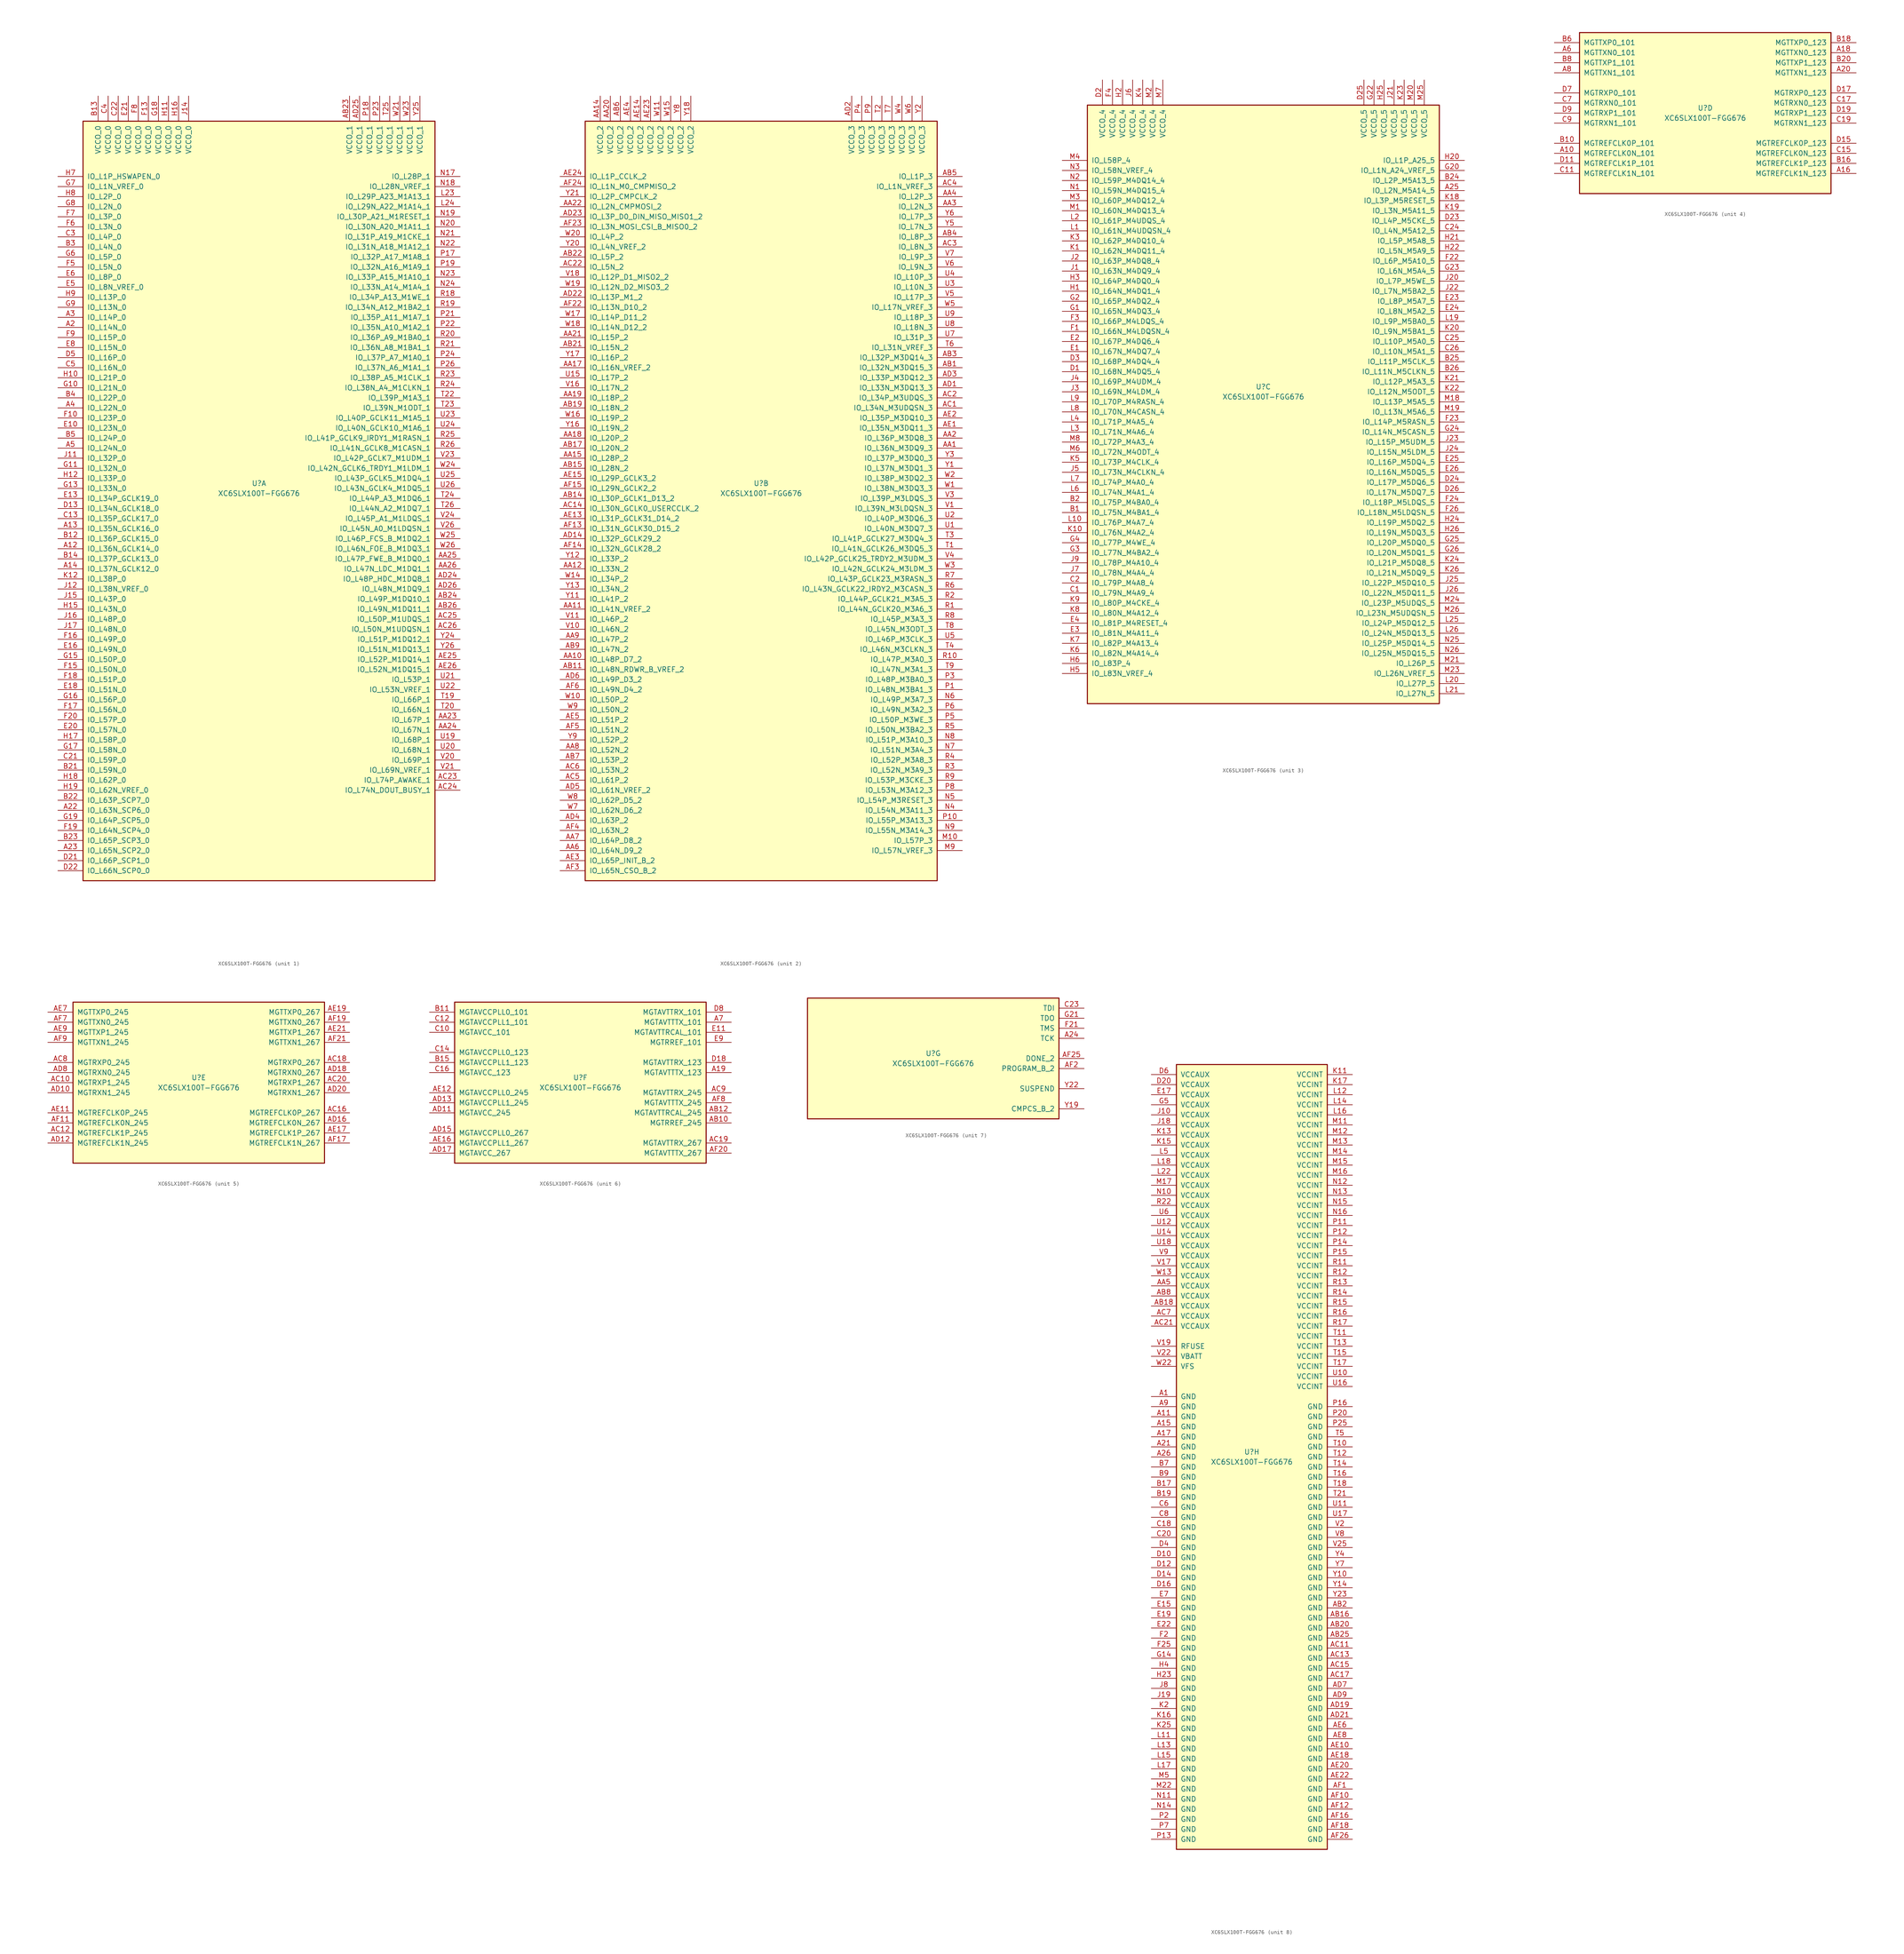
<source format=kicad_sym>
(kicad_symbol_lib
  (version 20211014)
  (generator kicad_symbol_editor)
  (symbol "XC6SLX100T-FGG676"
    (pin_names
      (offset 1.016))
    (property "Reference" "U"
      (at 0 1.27 0)
      (effects (font (size 1.27 1.27))))
    (property "Value" "XC6SLX100T-FGG676"
      (at 0 -1.27 0)
      (effects (font (size 1.27 1.27))))
    (property "Datasheet" ""
      (at 0 0 0)
      (effects (font (size 1.27 1.27))))
    (property "ki_locked" ""
      (at 0 0 0)
      (effects (font (size 1.27 1.27))))
    (symbol "XC6SLX100T-FGG676_1_1"
      (rectangle (start -44.45 92.71) (end 44.45 -99.06) (stroke (width 0.254) (type default) (color 0 0 0 0)) (fill (type background)))
      (pin bidirectional line (at -50.8 -15.24 0) (length 6.35) (name "IO_L36N_GCLK14_0" (effects (font (size 1.27 1.27)))) (number "A12" (effects (font (size 1.27 1.27)))))
      (pin bidirectional line (at -50.8 -10.16 0) (length 6.35) (name "IO_L35N_GCLK16_0" (effects (font (size 1.27 1.27)))) (number "A13" (effects (font (size 1.27 1.27)))))
      (pin bidirectional line (at -50.8 -20.32 0) (length 6.35) (name "IO_L37N_GCLK12_0" (effects (font (size 1.27 1.27)))) (number "A14" (effects (font (size 1.27 1.27)))))
      (pin bidirectional line (at -50.8 40.64 0) (length 6.35) (name "IO_L14N_0" (effects (font (size 1.27 1.27)))) (number "A2" (effects (font (size 1.27 1.27)))))
      (pin bidirectional line (at -50.8 -81.28 0) (length 6.35) (name "IO_L63N_SCP6_0" (effects (font (size 1.27 1.27)))) (number "A22" (effects (font (size 1.27 1.27)))))
      (pin bidirectional line (at -50.8 -91.44 0) (length 6.35) (name "IO_L65N_SCP2_0" (effects (font (size 1.27 1.27)))) (number "A23" (effects (font (size 1.27 1.27)))))
      (pin bidirectional line (at -50.8 43.18 0) (length 6.35) (name "IO_L14P_0" (effects (font (size 1.27 1.27)))) (number "A3" (effects (font (size 1.27 1.27)))))
      (pin bidirectional line (at -50.8 20.32 0) (length 6.35) (name "IO_L22N_0" (effects (font (size 1.27 1.27)))) (number "A4" (effects (font (size 1.27 1.27)))))
      (pin bidirectional line (at -50.8 10.16 0) (length 6.35) (name "IO_L24N_0" (effects (font (size 1.27 1.27)))) (number "A5" (effects (font (size 1.27 1.27)))))
      (pin bidirectional line (at 50.8 -58.42 180) (length 6.35) (name "IO_L67P_1" (effects (font (size 1.27 1.27)))) (number "AA23" (effects (font (size 1.27 1.27)))))
      (pin bidirectional line (at 50.8 -60.96 180) (length 6.35) (name "IO_L67N_1" (effects (font (size 1.27 1.27)))) (number "AA24" (effects (font (size 1.27 1.27)))))
      (pin bidirectional line (at 50.8 -17.78 180) (length 6.35) (name "IO_L47P_FWE_B_M1DQ0_1" (effects (font (size 1.27 1.27)))) (number "AA25" (effects (font (size 1.27 1.27)))))
      (pin bidirectional line (at 50.8 -20.32 180) (length 6.35) (name "IO_L47N_LDC_M1DQ1_1" (effects (font (size 1.27 1.27)))) (number "AA26" (effects (font (size 1.27 1.27)))))
      (pin power_in line (at 22.86 99.06 270) (length 6.35) (name "VCCO_1" (effects (font (size 1.27 1.27)))) (number "AB23" (effects (font (size 1.27 1.27)))))
      (pin bidirectional line (at 50.8 -27.94 180) (length 6.35) (name "IO_L49P_M1DQ10_1" (effects (font (size 1.27 1.27)))) (number "AB24" (effects (font (size 1.27 1.27)))))
      (pin bidirectional line (at 50.8 -30.48 180) (length 6.35) (name "IO_L49N_M1DQ11_1" (effects (font (size 1.27 1.27)))) (number "AB26" (effects (font (size 1.27 1.27)))))
      (pin bidirectional line (at 50.8 -73.66 180) (length 6.35) (name "IO_L74P_AWAKE_1" (effects (font (size 1.27 1.27)))) (number "AC23" (effects (font (size 1.27 1.27)))))
      (pin bidirectional line (at 50.8 -76.2 180) (length 6.35) (name "IO_L74N_DOUT_BUSY_1" (effects (font (size 1.27 1.27)))) (number "AC24" (effects (font (size 1.27 1.27)))))
      (pin bidirectional line (at 50.8 -33.02 180) (length 6.35) (name "IO_L50P_M1UDQS_1" (effects (font (size 1.27 1.27)))) (number "AC25" (effects (font (size 1.27 1.27)))))
      (pin bidirectional line (at 50.8 -35.56 180) (length 6.35) (name "IO_L50N_M1UDQSN_1" (effects (font (size 1.27 1.27)))) (number "AC26" (effects (font (size 1.27 1.27)))))
      (pin bidirectional line (at 50.8 -22.86 180) (length 6.35) (name "IO_L48P_HDC_M1DQ8_1" (effects (font (size 1.27 1.27)))) (number "AD24" (effects (font (size 1.27 1.27)))))
      (pin power_in line (at 25.4 99.06 270) (length 6.35) (name "VCCO_1" (effects (font (size 1.27 1.27)))) (number "AD25" (effects (font (size 1.27 1.27)))))
      (pin bidirectional line (at 50.8 -25.4 180) (length 6.35) (name "IO_L48N_M1DQ9_1" (effects (font (size 1.27 1.27)))) (number "AD26" (effects (font (size 1.27 1.27)))))
      (pin bidirectional line (at 50.8 -43.18 180) (length 6.35) (name "IO_L52P_M1DQ14_1" (effects (font (size 1.27 1.27)))) (number "AE25" (effects (font (size 1.27 1.27)))))
      (pin bidirectional line (at 50.8 -45.72 180) (length 6.35) (name "IO_L52N_M1DQ15_1" (effects (font (size 1.27 1.27)))) (number "AE26" (effects (font (size 1.27 1.27)))))
      (pin bidirectional line (at -50.8 -12.7 0) (length 6.35) (name "IO_L36P_GCLK15_0" (effects (font (size 1.27 1.27)))) (number "B12" (effects (font (size 1.27 1.27)))))
      (pin power_in line (at -40.64 99.06 270) (length 6.35) (name "VCCO_0" (effects (font (size 1.27 1.27)))) (number "B13" (effects (font (size 1.27 1.27)))))
      (pin bidirectional line (at -50.8 -17.78 0) (length 6.35) (name "IO_L37P_GCLK13_0" (effects (font (size 1.27 1.27)))) (number "B14" (effects (font (size 1.27 1.27)))))
      (pin bidirectional line (at -50.8 -71.12 0) (length 6.35) (name "IO_L59N_0" (effects (font (size 1.27 1.27)))) (number "B21" (effects (font (size 1.27 1.27)))))
      (pin bidirectional line (at -50.8 -78.74 0) (length 6.35) (name "IO_L63P_SCP7_0" (effects (font (size 1.27 1.27)))) (number "B22" (effects (font (size 1.27 1.27)))))
      (pin bidirectional line (at -50.8 -88.9 0) (length 6.35) (name "IO_L65P_SCP3_0" (effects (font (size 1.27 1.27)))) (number "B23" (effects (font (size 1.27 1.27)))))
      (pin bidirectional line (at -50.8 60.96 0) (length 6.35) (name "IO_L4N_0" (effects (font (size 1.27 1.27)))) (number "B3" (effects (font (size 1.27 1.27)))))
      (pin bidirectional line (at -50.8 22.86 0) (length 6.35) (name "IO_L22P_0" (effects (font (size 1.27 1.27)))) (number "B4" (effects (font (size 1.27 1.27)))))
      (pin bidirectional line (at -50.8 12.7 0) (length 6.35) (name "IO_L24P_0" (effects (font (size 1.27 1.27)))) (number "B5" (effects (font (size 1.27 1.27)))))
      (pin bidirectional line (at -50.8 -7.62 0) (length 6.35) (name "IO_L35P_GCLK17_0" (effects (font (size 1.27 1.27)))) (number "C13" (effects (font (size 1.27 1.27)))))
      (pin bidirectional line (at -50.8 -68.58 0) (length 6.35) (name "IO_L59P_0" (effects (font (size 1.27 1.27)))) (number "C21" (effects (font (size 1.27 1.27)))))
      (pin power_in line (at -35.56 99.06 270) (length 6.35) (name "VCCO_0" (effects (font (size 1.27 1.27)))) (number "C22" (effects (font (size 1.27 1.27)))))
      (pin bidirectional line (at -50.8 63.5 0) (length 6.35) (name "IO_L4P_0" (effects (font (size 1.27 1.27)))) (number "C3" (effects (font (size 1.27 1.27)))))
      (pin power_in line (at -38.1 99.06 270) (length 6.35) (name "VCCO_0" (effects (font (size 1.27 1.27)))) (number "C4" (effects (font (size 1.27 1.27)))))
      (pin bidirectional line (at -50.8 30.48 0) (length 6.35) (name "IO_L16N_0" (effects (font (size 1.27 1.27)))) (number "C5" (effects (font (size 1.27 1.27)))))
      (pin bidirectional line (at -50.8 -5.08 0) (length 6.35) (name "IO_L34N_GCLK18_0" (effects (font (size 1.27 1.27)))) (number "D13" (effects (font (size 1.27 1.27)))))
      (pin bidirectional line (at -50.8 -93.98 0) (length 6.35) (name "IO_L66P_SCP1_0" (effects (font (size 1.27 1.27)))) (number "D21" (effects (font (size 1.27 1.27)))))
      (pin bidirectional line (at -50.8 -96.52 0) (length 6.35) (name "IO_L66N_SCP0_0" (effects (font (size 1.27 1.27)))) (number "D22" (effects (font (size 1.27 1.27)))))
      (pin bidirectional line (at -50.8 33.02 0) (length 6.35) (name "IO_L16P_0" (effects (font (size 1.27 1.27)))) (number "D5" (effects (font (size 1.27 1.27)))))
      (pin bidirectional line (at -50.8 15.24 0) (length 6.35) (name "IO_L23N_0" (effects (font (size 1.27 1.27)))) (number "E10" (effects (font (size 1.27 1.27)))))
      (pin bidirectional line (at -50.8 -2.54 0) (length 6.35) (name "IO_L34P_GCLK19_0" (effects (font (size 1.27 1.27)))) (number "E13" (effects (font (size 1.27 1.27)))))
      (pin bidirectional line (at -50.8 -40.64 0) (length 6.35) (name "IO_L49N_0" (effects (font (size 1.27 1.27)))) (number "E16" (effects (font (size 1.27 1.27)))))
      (pin bidirectional line (at -50.8 -50.8 0) (length 6.35) (name "IO_L51N_0" (effects (font (size 1.27 1.27)))) (number "E18" (effects (font (size 1.27 1.27)))))
      (pin bidirectional line (at -50.8 -60.96 0) (length 6.35) (name "IO_L57N_0" (effects (font (size 1.27 1.27)))) (number "E20" (effects (font (size 1.27 1.27)))))
      (pin power_in line (at -33.02 99.06 270) (length 6.35) (name "VCCO_0" (effects (font (size 1.27 1.27)))) (number "E21" (effects (font (size 1.27 1.27)))))
      (pin bidirectional line (at -50.8 50.8 0) (length 6.35) (name "IO_L8N_VREF_0" (effects (font (size 1.27 1.27)))) (number "E5" (effects (font (size 1.27 1.27)))))
      (pin bidirectional line (at -50.8 53.34 0) (length 6.35) (name "IO_L8P_0" (effects (font (size 1.27 1.27)))) (number "E6" (effects (font (size 1.27 1.27)))))
      (pin bidirectional line (at -50.8 35.56 0) (length 6.35) (name "IO_L15N_0" (effects (font (size 1.27 1.27)))) (number "E8" (effects (font (size 1.27 1.27)))))
      (pin bidirectional line (at -50.8 17.78 0) (length 6.35) (name "IO_L23P_0" (effects (font (size 1.27 1.27)))) (number "F10" (effects (font (size 1.27 1.27)))))
      (pin power_in line (at -27.94 99.06 270) (length 6.35) (name "VCCO_0" (effects (font (size 1.27 1.27)))) (number "F13" (effects (font (size 1.27 1.27)))))
      (pin bidirectional line (at -50.8 -45.72 0) (length 6.35) (name "IO_L50N_0" (effects (font (size 1.27 1.27)))) (number "F15" (effects (font (size 1.27 1.27)))))
      (pin bidirectional line (at -50.8 -38.1 0) (length 6.35) (name "IO_L49P_0" (effects (font (size 1.27 1.27)))) (number "F16" (effects (font (size 1.27 1.27)))))
      (pin bidirectional line (at -50.8 -55.88 0) (length 6.35) (name "IO_L56N_0" (effects (font (size 1.27 1.27)))) (number "F17" (effects (font (size 1.27 1.27)))))
      (pin bidirectional line (at -50.8 -48.26 0) (length 6.35) (name "IO_L51P_0" (effects (font (size 1.27 1.27)))) (number "F18" (effects (font (size 1.27 1.27)))))
      (pin bidirectional line (at -50.8 -86.36 0) (length 6.35) (name "IO_L64N_SCP4_0" (effects (font (size 1.27 1.27)))) (number "F19" (effects (font (size 1.27 1.27)))))
      (pin bidirectional line (at -50.8 -58.42 0) (length 6.35) (name "IO_L57P_0" (effects (font (size 1.27 1.27)))) (number "F20" (effects (font (size 1.27 1.27)))))
      (pin bidirectional line (at -50.8 55.88 0) (length 6.35) (name "IO_L5N_0" (effects (font (size 1.27 1.27)))) (number "F5" (effects (font (size 1.27 1.27)))))
      (pin bidirectional line (at -50.8 66.04 0) (length 6.35) (name "IO_L3N_0" (effects (font (size 1.27 1.27)))) (number "F6" (effects (font (size 1.27 1.27)))))
      (pin bidirectional line (at -50.8 68.58 0) (length 6.35) (name "IO_L3P_0" (effects (font (size 1.27 1.27)))) (number "F7" (effects (font (size 1.27 1.27)))))
      (pin power_in line (at -30.48 99.06 270) (length 6.35) (name "VCCO_0" (effects (font (size 1.27 1.27)))) (number "F8" (effects (font (size 1.27 1.27)))))
      (pin bidirectional line (at -50.8 38.1 0) (length 6.35) (name "IO_L15P_0" (effects (font (size 1.27 1.27)))) (number "F9" (effects (font (size 1.27 1.27)))))
      (pin bidirectional line (at -50.8 25.4 0) (length 6.35) (name "IO_L21N_0" (effects (font (size 1.27 1.27)))) (number "G10" (effects (font (size 1.27 1.27)))))
      (pin bidirectional line (at -50.8 5.08 0) (length 6.35) (name "IO_L32N_0" (effects (font (size 1.27 1.27)))) (number "G11" (effects (font (size 1.27 1.27)))))
      (pin bidirectional line (at -50.8 0 0) (length 6.35) (name "IO_L33N_0" (effects (font (size 1.27 1.27)))) (number "G13" (effects (font (size 1.27 1.27)))))
      (pin bidirectional line (at -50.8 -43.18 0) (length 6.35) (name "IO_L50P_0" (effects (font (size 1.27 1.27)))) (number "G15" (effects (font (size 1.27 1.27)))))
      (pin bidirectional line (at -50.8 -53.34 0) (length 6.35) (name "IO_L56P_0" (effects (font (size 1.27 1.27)))) (number "G16" (effects (font (size 1.27 1.27)))))
      (pin bidirectional line (at -50.8 -66.04 0) (length 6.35) (name "IO_L58N_0" (effects (font (size 1.27 1.27)))) (number "G17" (effects (font (size 1.27 1.27)))))
      (pin power_in line (at -25.4 99.06 270) (length 6.35) (name "VCCO_0" (effects (font (size 1.27 1.27)))) (number "G18" (effects (font (size 1.27 1.27)))))
      (pin bidirectional line (at -50.8 -83.82 0) (length 6.35) (name "IO_L64P_SCP5_0" (effects (font (size 1.27 1.27)))) (number "G19" (effects (font (size 1.27 1.27)))))
      (pin bidirectional line (at -50.8 58.42 0) (length 6.35) (name "IO_L5P_0" (effects (font (size 1.27 1.27)))) (number "G6" (effects (font (size 1.27 1.27)))))
      (pin bidirectional line (at -50.8 76.2 0) (length 6.35) (name "IO_L1N_VREF_0" (effects (font (size 1.27 1.27)))) (number "G7" (effects (font (size 1.27 1.27)))))
      (pin bidirectional line (at -50.8 71.12 0) (length 6.35) (name "IO_L2N_0" (effects (font (size 1.27 1.27)))) (number "G8" (effects (font (size 1.27 1.27)))))
      (pin bidirectional line (at -50.8 45.72 0) (length 6.35) (name "IO_L13N_0" (effects (font (size 1.27 1.27)))) (number "G9" (effects (font (size 1.27 1.27)))))
      (pin bidirectional line (at -50.8 27.94 0) (length 6.35) (name "IO_L21P_0" (effects (font (size 1.27 1.27)))) (number "H10" (effects (font (size 1.27 1.27)))))
      (pin power_in line (at -22.86 99.06 270) (length 6.35) (name "VCCO_0" (effects (font (size 1.27 1.27)))) (number "H11" (effects (font (size 1.27 1.27)))))
      (pin bidirectional line (at -50.8 2.54 0) (length 6.35) (name "IO_L33P_0" (effects (font (size 1.27 1.27)))) (number "H12" (effects (font (size 1.27 1.27)))))
      (pin bidirectional line (at -50.8 -30.48 0) (length 6.35) (name "IO_L43N_0" (effects (font (size 1.27 1.27)))) (number "H15" (effects (font (size 1.27 1.27)))))
      (pin power_in line (at -20.32 99.06 270) (length 6.35) (name "VCCO_0" (effects (font (size 1.27 1.27)))) (number "H16" (effects (font (size 1.27 1.27)))))
      (pin bidirectional line (at -50.8 -63.5 0) (length 6.35) (name "IO_L58P_0" (effects (font (size 1.27 1.27)))) (number "H17" (effects (font (size 1.27 1.27)))))
      (pin bidirectional line (at -50.8 -73.66 0) (length 6.35) (name "IO_L62P_0" (effects (font (size 1.27 1.27)))) (number "H18" (effects (font (size 1.27 1.27)))))
      (pin bidirectional line (at -50.8 -76.2 0) (length 6.35) (name "IO_L62N_VREF_0" (effects (font (size 1.27 1.27)))) (number "H19" (effects (font (size 1.27 1.27)))))
      (pin bidirectional line (at -50.8 78.74 0) (length 6.35) (name "IO_L1P_HSWAPEN_0" (effects (font (size 1.27 1.27)))) (number "H7" (effects (font (size 1.27 1.27)))))
      (pin bidirectional line (at -50.8 73.66 0) (length 6.35) (name "IO_L2P_0" (effects (font (size 1.27 1.27)))) (number "H8" (effects (font (size 1.27 1.27)))))
      (pin bidirectional line (at -50.8 48.26 0) (length 6.35) (name "IO_L13P_0" (effects (font (size 1.27 1.27)))) (number "H9" (effects (font (size 1.27 1.27)))))
      (pin bidirectional line (at -50.8 7.62 0) (length 6.35) (name "IO_L32P_0" (effects (font (size 1.27 1.27)))) (number "J11" (effects (font (size 1.27 1.27)))))
      (pin bidirectional line (at -50.8 -25.4 0) (length 6.35) (name "IO_L38N_VREF_0" (effects (font (size 1.27 1.27)))) (number "J12" (effects (font (size 1.27 1.27)))))
      (pin power_in line (at -17.78 99.06 270) (length 6.35) (name "VCCO_0" (effects (font (size 1.27 1.27)))) (number "J14" (effects (font (size 1.27 1.27)))))
      (pin bidirectional line (at -50.8 -27.94 0) (length 6.35) (name "IO_L43P_0" (effects (font (size 1.27 1.27)))) (number "J15" (effects (font (size 1.27 1.27)))))
      (pin bidirectional line (at -50.8 -33.02 0) (length 6.35) (name "IO_L48P_0" (effects (font (size 1.27 1.27)))) (number "J16" (effects (font (size 1.27 1.27)))))
      (pin bidirectional line (at -50.8 -35.56 0) (length 6.35) (name "IO_L48N_0" (effects (font (size 1.27 1.27)))) (number "J17" (effects (font (size 1.27 1.27)))))
      (pin bidirectional line (at -50.8 -22.86 0) (length 6.35) (name "IO_L38P_0" (effects (font (size 1.27 1.27)))) (number "K12" (effects (font (size 1.27 1.27)))))
      (pin bidirectional line (at 50.8 73.66 180) (length 6.35) (name "IO_L29P_A23_M1A13_1" (effects (font (size 1.27 1.27)))) (number "L23" (effects (font (size 1.27 1.27)))))
      (pin bidirectional line (at 50.8 71.12 180) (length 6.35) (name "IO_L29N_A22_M1A14_1" (effects (font (size 1.27 1.27)))) (number "L24" (effects (font (size 1.27 1.27)))))
      (pin bidirectional line (at 50.8 78.74 180) (length 6.35) (name "IO_L28P_1" (effects (font (size 1.27 1.27)))) (number "N17" (effects (font (size 1.27 1.27)))))
      (pin bidirectional line (at 50.8 76.2 180) (length 6.35) (name "IO_L28N_VREF_1" (effects (font (size 1.27 1.27)))) (number "N18" (effects (font (size 1.27 1.27)))))
      (pin bidirectional line (at 50.8 68.58 180) (length 6.35) (name "IO_L30P_A21_M1RESET_1" (effects (font (size 1.27 1.27)))) (number "N19" (effects (font (size 1.27 1.27)))))
      (pin bidirectional line (at 50.8 66.04 180) (length 6.35) (name "IO_L30N_A20_M1A11_1" (effects (font (size 1.27 1.27)))) (number "N20" (effects (font (size 1.27 1.27)))))
      (pin bidirectional line (at 50.8 63.5 180) (length 6.35) (name "IO_L31P_A19_M1CKE_1" (effects (font (size 1.27 1.27)))) (number "N21" (effects (font (size 1.27 1.27)))))
      (pin bidirectional line (at 50.8 60.96 180) (length 6.35) (name "IO_L31N_A18_M1A12_1" (effects (font (size 1.27 1.27)))) (number "N22" (effects (font (size 1.27 1.27)))))
      (pin bidirectional line (at 50.8 53.34 180) (length 6.35) (name "IO_L33P_A15_M1A10_1" (effects (font (size 1.27 1.27)))) (number "N23" (effects (font (size 1.27 1.27)))))
      (pin bidirectional line (at 50.8 50.8 180) (length 6.35) (name "IO_L33N_A14_M1A4_1" (effects (font (size 1.27 1.27)))) (number "N24" (effects (font (size 1.27 1.27)))))
      (pin bidirectional line (at 50.8 58.42 180) (length 6.35) (name "IO_L32P_A17_M1A8_1" (effects (font (size 1.27 1.27)))) (number "P17" (effects (font (size 1.27 1.27)))))
      (pin power_in line (at 27.94 99.06 270) (length 6.35) (name "VCCO_1" (effects (font (size 1.27 1.27)))) (number "P18" (effects (font (size 1.27 1.27)))))
      (pin bidirectional line (at 50.8 55.88 180) (length 6.35) (name "IO_L32N_A16_M1A9_1" (effects (font (size 1.27 1.27)))) (number "P19" (effects (font (size 1.27 1.27)))))
      (pin bidirectional line (at 50.8 43.18 180) (length 6.35) (name "IO_L35P_A11_M1A7_1" (effects (font (size 1.27 1.27)))) (number "P21" (effects (font (size 1.27 1.27)))))
      (pin bidirectional line (at 50.8 40.64 180) (length 6.35) (name "IO_L35N_A10_M1A2_1" (effects (font (size 1.27 1.27)))) (number "P22" (effects (font (size 1.27 1.27)))))
      (pin power_in line (at 30.48 99.06 270) (length 6.35) (name "VCCO_1" (effects (font (size 1.27 1.27)))) (number "P23" (effects (font (size 1.27 1.27)))))
      (pin bidirectional line (at 50.8 33.02 180) (length 6.35) (name "IO_L37P_A7_M1A0_1" (effects (font (size 1.27 1.27)))) (number "P24" (effects (font (size 1.27 1.27)))))
      (pin bidirectional line (at 50.8 30.48 180) (length 6.35) (name "IO_L37N_A6_M1A1_1" (effects (font (size 1.27 1.27)))) (number "P26" (effects (font (size 1.27 1.27)))))
      (pin bidirectional line (at 50.8 48.26 180) (length 6.35) (name "IO_L34P_A13_M1WE_1" (effects (font (size 1.27 1.27)))) (number "R18" (effects (font (size 1.27 1.27)))))
      (pin bidirectional line (at 50.8 45.72 180) (length 6.35) (name "IO_L34N_A12_M1BA2_1" (effects (font (size 1.27 1.27)))) (number "R19" (effects (font (size 1.27 1.27)))))
      (pin bidirectional line (at 50.8 38.1 180) (length 6.35) (name "IO_L36P_A9_M1BA0_1" (effects (font (size 1.27 1.27)))) (number "R20" (effects (font (size 1.27 1.27)))))
      (pin bidirectional line (at 50.8 35.56 180) (length 6.35) (name "IO_L36N_A8_M1BA1_1" (effects (font (size 1.27 1.27)))) (number "R21" (effects (font (size 1.27 1.27)))))
      (pin bidirectional line (at 50.8 27.94 180) (length 6.35) (name "IO_L38P_A5_M1CLK_1" (effects (font (size 1.27 1.27)))) (number "R23" (effects (font (size 1.27 1.27)))))
      (pin bidirectional line (at 50.8 25.4 180) (length 6.35) (name "IO_L38N_A4_M1CLKN_1" (effects (font (size 1.27 1.27)))) (number "R24" (effects (font (size 1.27 1.27)))))
      (pin bidirectional line (at 50.8 12.7 180) (length 6.35) (name "IO_L41P_GCLK9_IRDY1_M1RASN_1" (effects (font (size 1.27 1.27)))) (number "R25" (effects (font (size 1.27 1.27)))))
      (pin bidirectional line (at 50.8 10.16 180) (length 6.35) (name "IO_L41N_GCLK8_M1CASN_1" (effects (font (size 1.27 1.27)))) (number "R26" (effects (font (size 1.27 1.27)))))
      (pin bidirectional line (at 50.8 -53.34 180) (length 6.35) (name "IO_L66P_1" (effects (font (size 1.27 1.27)))) (number "T19" (effects (font (size 1.27 1.27)))))
      (pin bidirectional line (at 50.8 -55.88 180) (length 6.35) (name "IO_L66N_1" (effects (font (size 1.27 1.27)))) (number "T20" (effects (font (size 1.27 1.27)))))
      (pin bidirectional line (at 50.8 22.86 180) (length 6.35) (name "IO_L39P_M1A3_1" (effects (font (size 1.27 1.27)))) (number "T22" (effects (font (size 1.27 1.27)))))
      (pin bidirectional line (at 50.8 20.32 180) (length 6.35) (name "IO_L39N_M1ODT_1" (effects (font (size 1.27 1.27)))) (number "T23" (effects (font (size 1.27 1.27)))))
      (pin bidirectional line (at 50.8 -2.54 180) (length 6.35) (name "IO_L44P_A3_M1DQ6_1" (effects (font (size 1.27 1.27)))) (number "T24" (effects (font (size 1.27 1.27)))))
      (pin power_in line (at 33.02 99.06 270) (length 6.35) (name "VCCO_1" (effects (font (size 1.27 1.27)))) (number "T25" (effects (font (size 1.27 1.27)))))
      (pin bidirectional line (at 50.8 -5.08 180) (length 6.35) (name "IO_L44N_A2_M1DQ7_1" (effects (font (size 1.27 1.27)))) (number "T26" (effects (font (size 1.27 1.27)))))
      (pin bidirectional line (at 50.8 -63.5 180) (length 6.35) (name "IO_L68P_1" (effects (font (size 1.27 1.27)))) (number "U19" (effects (font (size 1.27 1.27)))))
      (pin bidirectional line (at 50.8 -66.04 180) (length 6.35) (name "IO_L68N_1" (effects (font (size 1.27 1.27)))) (number "U20" (effects (font (size 1.27 1.27)))))
      (pin bidirectional line (at 50.8 -48.26 180) (length 6.35) (name "IO_L53P_1" (effects (font (size 1.27 1.27)))) (number "U21" (effects (font (size 1.27 1.27)))))
      (pin bidirectional line (at 50.8 -50.8 180) (length 6.35) (name "IO_L53N_VREF_1" (effects (font (size 1.27 1.27)))) (number "U22" (effects (font (size 1.27 1.27)))))
      (pin bidirectional line (at 50.8 17.78 180) (length 6.35) (name "IO_L40P_GCLK11_M1A5_1" (effects (font (size 1.27 1.27)))) (number "U23" (effects (font (size 1.27 1.27)))))
      (pin bidirectional line (at 50.8 15.24 180) (length 6.35) (name "IO_L40N_GCLK10_M1A6_1" (effects (font (size 1.27 1.27)))) (number "U24" (effects (font (size 1.27 1.27)))))
      (pin bidirectional line (at 50.8 2.54 180) (length 6.35) (name "IO_L43P_GCLK5_M1DQ4_1" (effects (font (size 1.27 1.27)))) (number "U25" (effects (font (size 1.27 1.27)))))
      (pin bidirectional line (at 50.8 0 180) (length 6.35) (name "IO_L43N_GCLK4_M1DQ5_1" (effects (font (size 1.27 1.27)))) (number "U26" (effects (font (size 1.27 1.27)))))
      (pin bidirectional line (at 50.8 -68.58 180) (length 6.35) (name "IO_L69P_1" (effects (font (size 1.27 1.27)))) (number "V20" (effects (font (size 1.27 1.27)))))
      (pin bidirectional line (at 50.8 -71.12 180) (length 6.35) (name "IO_L69N_VREF_1" (effects (font (size 1.27 1.27)))) (number "V21" (effects (font (size 1.27 1.27)))))
      (pin bidirectional line (at 50.8 7.62 180) (length 6.35) (name "IO_L42P_GCLK7_M1UDM_1" (effects (font (size 1.27 1.27)))) (number "V23" (effects (font (size 1.27 1.27)))))
      (pin bidirectional line (at 50.8 -7.62 180) (length 6.35) (name "IO_L45P_A1_M1LDQS_1" (effects (font (size 1.27 1.27)))) (number "V24" (effects (font (size 1.27 1.27)))))
      (pin bidirectional line (at 50.8 -10.16 180) (length 6.35) (name "IO_L45N_A0_M1LDQSN_1" (effects (font (size 1.27 1.27)))) (number "V26" (effects (font (size 1.27 1.27)))))
      (pin power_in line (at 35.56 99.06 270) (length 6.35) (name "VCCO_1" (effects (font (size 1.27 1.27)))) (number "W21" (effects (font (size 1.27 1.27)))))
      (pin power_in line (at 38.1 99.06 270) (length 6.35) (name "VCCO_1" (effects (font (size 1.27 1.27)))) (number "W23" (effects (font (size 1.27 1.27)))))
      (pin bidirectional line (at 50.8 5.08 180) (length 6.35) (name "IO_L42N_GCLK6_TRDY1_M1LDM_1" (effects (font (size 1.27 1.27)))) (number "W24" (effects (font (size 1.27 1.27)))))
      (pin bidirectional line (at 50.8 -12.7 180) (length 6.35) (name "IO_L46P_FCS_B_M1DQ2_1" (effects (font (size 1.27 1.27)))) (number "W25" (effects (font (size 1.27 1.27)))))
      (pin bidirectional line (at 50.8 -15.24 180) (length 6.35) (name "IO_L46N_FOE_B_M1DQ3_1" (effects (font (size 1.27 1.27)))) (number "W26" (effects (font (size 1.27 1.27)))))
      (pin bidirectional line (at 50.8 -38.1 180) (length 6.35) (name "IO_L51P_M1DQ12_1" (effects (font (size 1.27 1.27)))) (number "Y24" (effects (font (size 1.27 1.27)))))
      (pin power_in line (at 40.64 99.06 270) (length 6.35) (name "VCCO_1" (effects (font (size 1.27 1.27)))) (number "Y25" (effects (font (size 1.27 1.27)))))
      (pin bidirectional line (at 50.8 -40.64 180) (length 6.35) (name "IO_L51N_M1DQ13_1" (effects (font (size 1.27 1.27)))) (number "Y26" (effects (font (size 1.27 1.27))))))
    (symbol "XC6SLX100T-FGG676_2_1"
      (rectangle (start -44.45 92.71) (end 44.45 -99.06) (stroke (width 0.254) (type default) (color 0 0 0 0)) (fill (type background)))
      (pin bidirectional line (at 50.8 10.16 180) (length 6.35) (name "IO_L36N_M3DQ9_3" (effects (font (size 1.27 1.27)))) (number "AA1" (effects (font (size 1.27 1.27)))))
      (pin bidirectional line (at -50.8 -43.18 0) (length 6.35) (name "IO_L48P_D7_2" (effects (font (size 1.27 1.27)))) (number "AA10" (effects (font (size 1.27 1.27)))))
      (pin bidirectional line (at -50.8 -30.48 0) (length 6.35) (name "IO_L41N_VREF_2" (effects (font (size 1.27 1.27)))) (number "AA11" (effects (font (size 1.27 1.27)))))
      (pin bidirectional line (at -50.8 -20.32 0) (length 6.35) (name "IO_L33N_2" (effects (font (size 1.27 1.27)))) (number "AA12" (effects (font (size 1.27 1.27)))))
      (pin power_in line (at -40.64 99.06 270) (length 6.35) (name "VCCO_2" (effects (font (size 1.27 1.27)))) (number "AA14" (effects (font (size 1.27 1.27)))))
      (pin bidirectional line (at -50.8 7.62 0) (length 6.35) (name "IO_L28P_2" (effects (font (size 1.27 1.27)))) (number "AA15" (effects (font (size 1.27 1.27)))))
      (pin bidirectional line (at -50.8 30.48 0) (length 6.35) (name "IO_L16N_VREF_2" (effects (font (size 1.27 1.27)))) (number "AA17" (effects (font (size 1.27 1.27)))))
      (pin bidirectional line (at -50.8 12.7 0) (length 6.35) (name "IO_L20P_2" (effects (font (size 1.27 1.27)))) (number "AA18" (effects (font (size 1.27 1.27)))))
      (pin bidirectional line (at -50.8 22.86 0) (length 6.35) (name "IO_L18P_2" (effects (font (size 1.27 1.27)))) (number "AA19" (effects (font (size 1.27 1.27)))))
      (pin bidirectional line (at 50.8 12.7 180) (length 6.35) (name "IO_L36P_M3DQ8_3" (effects (font (size 1.27 1.27)))) (number "AA2" (effects (font (size 1.27 1.27)))))
      (pin power_in line (at -38.1 99.06 270) (length 6.35) (name "VCCO_2" (effects (font (size 1.27 1.27)))) (number "AA20" (effects (font (size 1.27 1.27)))))
      (pin bidirectional line (at -50.8 38.1 0) (length 6.35) (name "IO_L15P_2" (effects (font (size 1.27 1.27)))) (number "AA21" (effects (font (size 1.27 1.27)))))
      (pin bidirectional line (at -50.8 71.12 0) (length 6.35) (name "IO_L2N_CMPMOSI_2" (effects (font (size 1.27 1.27)))) (number "AA22" (effects (font (size 1.27 1.27)))))
      (pin bidirectional line (at 50.8 71.12 180) (length 6.35) (name "IO_L2N_3" (effects (font (size 1.27 1.27)))) (number "AA3" (effects (font (size 1.27 1.27)))))
      (pin bidirectional line (at 50.8 73.66 180) (length 6.35) (name "IO_L2P_3" (effects (font (size 1.27 1.27)))) (number "AA4" (effects (font (size 1.27 1.27)))))
      (pin bidirectional line (at -50.8 -91.44 0) (length 6.35) (name "IO_L64N_D9_2" (effects (font (size 1.27 1.27)))) (number "AA6" (effects (font (size 1.27 1.27)))))
      (pin bidirectional line (at -50.8 -88.9 0) (length 6.35) (name "IO_L64P_D8_2" (effects (font (size 1.27 1.27)))) (number "AA7" (effects (font (size 1.27 1.27)))))
      (pin bidirectional line (at -50.8 -66.04 0) (length 6.35) (name "IO_L52N_2" (effects (font (size 1.27 1.27)))) (number "AA8" (effects (font (size 1.27 1.27)))))
      (pin bidirectional line (at -50.8 -38.1 0) (length 6.35) (name "IO_L47P_2" (effects (font (size 1.27 1.27)))) (number "AA9" (effects (font (size 1.27 1.27)))))
      (pin bidirectional line (at 50.8 30.48 180) (length 6.35) (name "IO_L32N_M3DQ15_3" (effects (font (size 1.27 1.27)))) (number "AB1" (effects (font (size 1.27 1.27)))))
      (pin bidirectional line (at -50.8 -45.72 0) (length 6.35) (name "IO_L48N_RDWR_B_VREF_2" (effects (font (size 1.27 1.27)))) (number "AB11" (effects (font (size 1.27 1.27)))))
      (pin bidirectional line (at -50.8 -2.54 0) (length 6.35) (name "IO_L30P_GCLK1_D13_2" (effects (font (size 1.27 1.27)))) (number "AB14" (effects (font (size 1.27 1.27)))))
      (pin bidirectional line (at -50.8 5.08 0) (length 6.35) (name "IO_L28N_2" (effects (font (size 1.27 1.27)))) (number "AB15" (effects (font (size 1.27 1.27)))))
      (pin bidirectional line (at -50.8 10.16 0) (length 6.35) (name "IO_L20N_2" (effects (font (size 1.27 1.27)))) (number "AB17" (effects (font (size 1.27 1.27)))))
      (pin bidirectional line (at -50.8 20.32 0) (length 6.35) (name "IO_L18N_2" (effects (font (size 1.27 1.27)))) (number "AB19" (effects (font (size 1.27 1.27)))))
      (pin bidirectional line (at -50.8 35.56 0) (length 6.35) (name "IO_L15N_2" (effects (font (size 1.27 1.27)))) (number "AB21" (effects (font (size 1.27 1.27)))))
      (pin bidirectional line (at -50.8 58.42 0) (length 6.35) (name "IO_L5P_2" (effects (font (size 1.27 1.27)))) (number "AB22" (effects (font (size 1.27 1.27)))))
      (pin bidirectional line (at 50.8 33.02 180) (length 6.35) (name "IO_L32P_M3DQ14_3" (effects (font (size 1.27 1.27)))) (number "AB3" (effects (font (size 1.27 1.27)))))
      (pin bidirectional line (at 50.8 63.5 180) (length 6.35) (name "IO_L8P_3" (effects (font (size 1.27 1.27)))) (number "AB4" (effects (font (size 1.27 1.27)))))
      (pin bidirectional line (at 50.8 78.74 180) (length 6.35) (name "IO_L1P_3" (effects (font (size 1.27 1.27)))) (number "AB5" (effects (font (size 1.27 1.27)))))
      (pin power_in line (at -35.56 99.06 270) (length 6.35) (name "VCCO_2" (effects (font (size 1.27 1.27)))) (number "AB6" (effects (font (size 1.27 1.27)))))
      (pin bidirectional line (at -50.8 -68.58 0) (length 6.35) (name "IO_L53P_2" (effects (font (size 1.27 1.27)))) (number "AB7" (effects (font (size 1.27 1.27)))))
      (pin bidirectional line (at -50.8 -40.64 0) (length 6.35) (name "IO_L47N_2" (effects (font (size 1.27 1.27)))) (number "AB9" (effects (font (size 1.27 1.27)))))
      (pin bidirectional line (at 50.8 20.32 180) (length 6.35) (name "IO_L34N_M3UDQSN_3" (effects (font (size 1.27 1.27)))) (number "AC1" (effects (font (size 1.27 1.27)))))
      (pin bidirectional line (at -50.8 -5.08 0) (length 6.35) (name "IO_L30N_GCLK0_USERCCLK_2" (effects (font (size 1.27 1.27)))) (number "AC14" (effects (font (size 1.27 1.27)))))
      (pin bidirectional line (at 50.8 22.86 180) (length 6.35) (name "IO_L34P_M3UDQS_3" (effects (font (size 1.27 1.27)))) (number "AC2" (effects (font (size 1.27 1.27)))))
      (pin bidirectional line (at -50.8 55.88 0) (length 6.35) (name "IO_L5N_2" (effects (font (size 1.27 1.27)))) (number "AC22" (effects (font (size 1.27 1.27)))))
      (pin bidirectional line (at 50.8 60.96 180) (length 6.35) (name "IO_L8N_3" (effects (font (size 1.27 1.27)))) (number "AC3" (effects (font (size 1.27 1.27)))))
      (pin bidirectional line (at 50.8 76.2 180) (length 6.35) (name "IO_L1N_VREF_3" (effects (font (size 1.27 1.27)))) (number "AC4" (effects (font (size 1.27 1.27)))))
      (pin bidirectional line (at -50.8 -73.66 0) (length 6.35) (name "IO_L61P_2" (effects (font (size 1.27 1.27)))) (number "AC5" (effects (font (size 1.27 1.27)))))
      (pin bidirectional line (at -50.8 -71.12 0) (length 6.35) (name "IO_L53N_2" (effects (font (size 1.27 1.27)))) (number "AC6" (effects (font (size 1.27 1.27)))))
      (pin bidirectional line (at 50.8 25.4 180) (length 6.35) (name "IO_L33N_M3DQ13_3" (effects (font (size 1.27 1.27)))) (number "AD1" (effects (font (size 1.27 1.27)))))
      (pin bidirectional line (at -50.8 -12.7 0) (length 6.35) (name "IO_L32P_GCLK29_2" (effects (font (size 1.27 1.27)))) (number "AD14" (effects (font (size 1.27 1.27)))))
      (pin power_in line (at 22.86 99.06 270) (length 6.35) (name "VCCO_3" (effects (font (size 1.27 1.27)))) (number "AD2" (effects (font (size 1.27 1.27)))))
      (pin bidirectional line (at -50.8 48.26 0) (length 6.35) (name "IO_L13P_M1_2" (effects (font (size 1.27 1.27)))) (number "AD22" (effects (font (size 1.27 1.27)))))
      (pin bidirectional line (at -50.8 68.58 0) (length 6.35) (name "IO_L3P_D0_DIN_MISO_MISO1_2" (effects (font (size 1.27 1.27)))) (number "AD23" (effects (font (size 1.27 1.27)))))
      (pin bidirectional line (at 50.8 27.94 180) (length 6.35) (name "IO_L33P_M3DQ12_3" (effects (font (size 1.27 1.27)))) (number "AD3" (effects (font (size 1.27 1.27)))))
      (pin bidirectional line (at -50.8 -83.82 0) (length 6.35) (name "IO_L63P_2" (effects (font (size 1.27 1.27)))) (number "AD4" (effects (font (size 1.27 1.27)))))
      (pin bidirectional line (at -50.8 -76.2 0) (length 6.35) (name "IO_L61N_VREF_2" (effects (font (size 1.27 1.27)))) (number "AD5" (effects (font (size 1.27 1.27)))))
      (pin bidirectional line (at -50.8 -48.26 0) (length 6.35) (name "IO_L49P_D3_2" (effects (font (size 1.27 1.27)))) (number "AD6" (effects (font (size 1.27 1.27)))))
      (pin bidirectional line (at 50.8 15.24 180) (length 6.35) (name "IO_L35N_M3DQ11_3" (effects (font (size 1.27 1.27)))) (number "AE1" (effects (font (size 1.27 1.27)))))
      (pin bidirectional line (at -50.8 -7.62 0) (length 6.35) (name "IO_L31P_GCLK31_D14_2" (effects (font (size 1.27 1.27)))) (number "AE13" (effects (font (size 1.27 1.27)))))
      (pin power_in line (at -30.48 99.06 270) (length 6.35) (name "VCCO_2" (effects (font (size 1.27 1.27)))) (number "AE14" (effects (font (size 1.27 1.27)))))
      (pin bidirectional line (at -50.8 2.54 0) (length 6.35) (name "IO_L29P_GCLK3_2" (effects (font (size 1.27 1.27)))) (number "AE15" (effects (font (size 1.27 1.27)))))
      (pin bidirectional line (at 50.8 17.78 180) (length 6.35) (name "IO_L35P_M3DQ10_3" (effects (font (size 1.27 1.27)))) (number "AE2" (effects (font (size 1.27 1.27)))))
      (pin power_in line (at -27.94 99.06 270) (length 6.35) (name "VCCO_2" (effects (font (size 1.27 1.27)))) (number "AE23" (effects (font (size 1.27 1.27)))))
      (pin bidirectional line (at -50.8 78.74 0) (length 6.35) (name "IO_L1P_CCLK_2" (effects (font (size 1.27 1.27)))) (number "AE24" (effects (font (size 1.27 1.27)))))
      (pin bidirectional line (at -50.8 -93.98 0) (length 6.35) (name "IO_L65P_INIT_B_2" (effects (font (size 1.27 1.27)))) (number "AE3" (effects (font (size 1.27 1.27)))))
      (pin power_in line (at -33.02 99.06 270) (length 6.35) (name "VCCO_2" (effects (font (size 1.27 1.27)))) (number "AE4" (effects (font (size 1.27 1.27)))))
      (pin bidirectional line (at -50.8 -58.42 0) (length 6.35) (name "IO_L51P_2" (effects (font (size 1.27 1.27)))) (number "AE5" (effects (font (size 1.27 1.27)))))
      (pin bidirectional line (at -50.8 -10.16 0) (length 6.35) (name "IO_L31N_GCLK30_D15_2" (effects (font (size 1.27 1.27)))) (number "AF13" (effects (font (size 1.27 1.27)))))
      (pin bidirectional line (at -50.8 -15.24 0) (length 6.35) (name "IO_L32N_GCLK28_2" (effects (font (size 1.27 1.27)))) (number "AF14" (effects (font (size 1.27 1.27)))))
      (pin bidirectional line (at -50.8 0 0) (length 6.35) (name "IO_L29N_GCLK2_2" (effects (font (size 1.27 1.27)))) (number "AF15" (effects (font (size 1.27 1.27)))))
      (pin bidirectional line (at -50.8 45.72 0) (length 6.35) (name "IO_L13N_D10_2" (effects (font (size 1.27 1.27)))) (number "AF22" (effects (font (size 1.27 1.27)))))
      (pin bidirectional line (at -50.8 66.04 0) (length 6.35) (name "IO_L3N_MOSI_CSI_B_MISO0_2" (effects (font (size 1.27 1.27)))) (number "AF23" (effects (font (size 1.27 1.27)))))
      (pin bidirectional line (at -50.8 76.2 0) (length 6.35) (name "IO_L1N_M0_CMPMISO_2" (effects (font (size 1.27 1.27)))) (number "AF24" (effects (font (size 1.27 1.27)))))
      (pin bidirectional line (at -50.8 -96.52 0) (length 6.35) (name "IO_L65N_CSO_B_2" (effects (font (size 1.27 1.27)))) (number "AF3" (effects (font (size 1.27 1.27)))))
      (pin bidirectional line (at -50.8 -86.36 0) (length 6.35) (name "IO_L63N_2" (effects (font (size 1.27 1.27)))) (number "AF4" (effects (font (size 1.27 1.27)))))
      (pin bidirectional line (at -50.8 -60.96 0) (length 6.35) (name "IO_L51N_2" (effects (font (size 1.27 1.27)))) (number "AF5" (effects (font (size 1.27 1.27)))))
      (pin bidirectional line (at -50.8 -50.8 0) (length 6.35) (name "IO_L49N_D4_2" (effects (font (size 1.27 1.27)))) (number "AF6" (effects (font (size 1.27 1.27)))))
      (pin bidirectional line (at 50.8 -88.9 180) (length 6.35) (name "IO_L57P_3" (effects (font (size 1.27 1.27)))) (number "M10" (effects (font (size 1.27 1.27)))))
      (pin bidirectional line (at 50.8 -91.44 180) (length 6.35) (name "IO_L57N_VREF_3" (effects (font (size 1.27 1.27)))) (number "M9" (effects (font (size 1.27 1.27)))))
      (pin bidirectional line (at 50.8 -81.28 180) (length 6.35) (name "IO_L54N_M3A11_3" (effects (font (size 1.27 1.27)))) (number "N4" (effects (font (size 1.27 1.27)))))
      (pin bidirectional line (at 50.8 -78.74 180) (length 6.35) (name "IO_L54P_M3RESET_3" (effects (font (size 1.27 1.27)))) (number "N5" (effects (font (size 1.27 1.27)))))
      (pin bidirectional line (at 50.8 -53.34 180) (length 6.35) (name "IO_L49P_M3A7_3" (effects (font (size 1.27 1.27)))) (number "N6" (effects (font (size 1.27 1.27)))))
      (pin bidirectional line (at 50.8 -66.04 180) (length 6.35) (name "IO_L51N_M3A4_3" (effects (font (size 1.27 1.27)))) (number "N7" (effects (font (size 1.27 1.27)))))
      (pin bidirectional line (at 50.8 -63.5 180) (length 6.35) (name "IO_L51P_M3A10_3" (effects (font (size 1.27 1.27)))) (number "N8" (effects (font (size 1.27 1.27)))))
      (pin bidirectional line (at 50.8 -86.36 180) (length 6.35) (name "IO_L55N_M3A14_3" (effects (font (size 1.27 1.27)))) (number "N9" (effects (font (size 1.27 1.27)))))
      (pin bidirectional line (at 50.8 -50.8 180) (length 6.35) (name "IO_L48N_M3BA1_3" (effects (font (size 1.27 1.27)))) (number "P1" (effects (font (size 1.27 1.27)))))
      (pin bidirectional line (at 50.8 -83.82 180) (length 6.35) (name "IO_L55P_M3A13_3" (effects (font (size 1.27 1.27)))) (number "P10" (effects (font (size 1.27 1.27)))))
      (pin bidirectional line (at 50.8 -48.26 180) (length 6.35) (name "IO_L48P_M3BA0_3" (effects (font (size 1.27 1.27)))) (number "P3" (effects (font (size 1.27 1.27)))))
      (pin power_in line (at 25.4 99.06 270) (length 6.35) (name "VCCO_3" (effects (font (size 1.27 1.27)))) (number "P4" (effects (font (size 1.27 1.27)))))
      (pin bidirectional line (at 50.8 -58.42 180) (length 6.35) (name "IO_L50P_M3WE_3" (effects (font (size 1.27 1.27)))) (number "P5" (effects (font (size 1.27 1.27)))))
      (pin bidirectional line (at 50.8 -55.88 180) (length 6.35) (name "IO_L49N_M3A2_3" (effects (font (size 1.27 1.27)))) (number "P6" (effects (font (size 1.27 1.27)))))
      (pin bidirectional line (at 50.8 -76.2 180) (length 6.35) (name "IO_L53N_M3A12_3" (effects (font (size 1.27 1.27)))) (number "P8" (effects (font (size 1.27 1.27)))))
      (pin power_in line (at 27.94 99.06 270) (length 6.35) (name "VCCO_3" (effects (font (size 1.27 1.27)))) (number "P9" (effects (font (size 1.27 1.27)))))
      (pin bidirectional line (at 50.8 -30.48 180) (length 6.35) (name "IO_L44N_GCLK20_M3A6_3" (effects (font (size 1.27 1.27)))) (number "R1" (effects (font (size 1.27 1.27)))))
      (pin bidirectional line (at 50.8 -43.18 180) (length 6.35) (name "IO_L47P_M3A0_3" (effects (font (size 1.27 1.27)))) (number "R10" (effects (font (size 1.27 1.27)))))
      (pin bidirectional line (at 50.8 -27.94 180) (length 6.35) (name "IO_L44P_GCLK21_M3A5_3" (effects (font (size 1.27 1.27)))) (number "R2" (effects (font (size 1.27 1.27)))))
      (pin bidirectional line (at 50.8 -71.12 180) (length 6.35) (name "IO_L52N_M3A9_3" (effects (font (size 1.27 1.27)))) (number "R3" (effects (font (size 1.27 1.27)))))
      (pin bidirectional line (at 50.8 -68.58 180) (length 6.35) (name "IO_L52P_M3A8_3" (effects (font (size 1.27 1.27)))) (number "R4" (effects (font (size 1.27 1.27)))))
      (pin bidirectional line (at 50.8 -60.96 180) (length 6.35) (name "IO_L50N_M3BA2_3" (effects (font (size 1.27 1.27)))) (number "R5" (effects (font (size 1.27 1.27)))))
      (pin bidirectional line (at 50.8 -25.4 180) (length 6.35) (name "IO_L43N_GCLK22_IRDY2_M3CASN_3" (effects (font (size 1.27 1.27)))) (number "R6" (effects (font (size 1.27 1.27)))))
      (pin bidirectional line (at 50.8 -22.86 180) (length 6.35) (name "IO_L43P_GCLK23_M3RASN_3" (effects (font (size 1.27 1.27)))) (number "R7" (effects (font (size 1.27 1.27)))))
      (pin bidirectional line (at 50.8 -33.02 180) (length 6.35) (name "IO_L45P_M3A3_3" (effects (font (size 1.27 1.27)))) (number "R8" (effects (font (size 1.27 1.27)))))
      (pin bidirectional line (at 50.8 -73.66 180) (length 6.35) (name "IO_L53P_M3CKE_3" (effects (font (size 1.27 1.27)))) (number "R9" (effects (font (size 1.27 1.27)))))
      (pin bidirectional line (at 50.8 -15.24 180) (length 6.35) (name "IO_L41N_GCLK26_M3DQ5_3" (effects (font (size 1.27 1.27)))) (number "T1" (effects (font (size 1.27 1.27)))))
      (pin power_in line (at 30.48 99.06 270) (length 6.35) (name "VCCO_3" (effects (font (size 1.27 1.27)))) (number "T2" (effects (font (size 1.27 1.27)))))
      (pin bidirectional line (at 50.8 -12.7 180) (length 6.35) (name "IO_L41P_GCLK27_M3DQ4_3" (effects (font (size 1.27 1.27)))) (number "T3" (effects (font (size 1.27 1.27)))))
      (pin bidirectional line (at 50.8 -40.64 180) (length 6.35) (name "IO_L46N_M3CLKN_3" (effects (font (size 1.27 1.27)))) (number "T4" (effects (font (size 1.27 1.27)))))
      (pin bidirectional line (at 50.8 35.56 180) (length 6.35) (name "IO_L31N_VREF_3" (effects (font (size 1.27 1.27)))) (number "T6" (effects (font (size 1.27 1.27)))))
      (pin power_in line (at 33.02 99.06 270) (length 6.35) (name "VCCO_3" (effects (font (size 1.27 1.27)))) (number "T7" (effects (font (size 1.27 1.27)))))
      (pin bidirectional line (at 50.8 -35.56 180) (length 6.35) (name "IO_L45N_M3ODT_3" (effects (font (size 1.27 1.27)))) (number "T8" (effects (font (size 1.27 1.27)))))
      (pin bidirectional line (at 50.8 -45.72 180) (length 6.35) (name "IO_L47N_M3A1_3" (effects (font (size 1.27 1.27)))) (number "T9" (effects (font (size 1.27 1.27)))))
      (pin bidirectional line (at 50.8 -10.16 180) (length 6.35) (name "IO_L40N_M3DQ7_3" (effects (font (size 1.27 1.27)))) (number "U1" (effects (font (size 1.27 1.27)))))
      (pin bidirectional line (at -50.8 27.94 0) (length 6.35) (name "IO_L17P_2" (effects (font (size 1.27 1.27)))) (number "U15" (effects (font (size 1.27 1.27)))))
      (pin bidirectional line (at 50.8 -7.62 180) (length 6.35) (name "IO_L40P_M3DQ6_3" (effects (font (size 1.27 1.27)))) (number "U2" (effects (font (size 1.27 1.27)))))
      (pin bidirectional line (at 50.8 50.8 180) (length 6.35) (name "IO_L10N_3" (effects (font (size 1.27 1.27)))) (number "U3" (effects (font (size 1.27 1.27)))))
      (pin bidirectional line (at 50.8 53.34 180) (length 6.35) (name "IO_L10P_3" (effects (font (size 1.27 1.27)))) (number "U4" (effects (font (size 1.27 1.27)))))
      (pin bidirectional line (at 50.8 -38.1 180) (length 6.35) (name "IO_L46P_M3CLK_3" (effects (font (size 1.27 1.27)))) (number "U5" (effects (font (size 1.27 1.27)))))
      (pin bidirectional line (at 50.8 38.1 180) (length 6.35) (name "IO_L31P_3" (effects (font (size 1.27 1.27)))) (number "U7" (effects (font (size 1.27 1.27)))))
      (pin bidirectional line (at 50.8 40.64 180) (length 6.35) (name "IO_L18N_3" (effects (font (size 1.27 1.27)))) (number "U8" (effects (font (size 1.27 1.27)))))
      (pin bidirectional line (at 50.8 43.18 180) (length 6.35) (name "IO_L18P_3" (effects (font (size 1.27 1.27)))) (number "U9" (effects (font (size 1.27 1.27)))))
      (pin bidirectional line (at 50.8 -5.08 180) (length 6.35) (name "IO_L39N_M3LDQSN_3" (effects (font (size 1.27 1.27)))) (number "V1" (effects (font (size 1.27 1.27)))))
      (pin bidirectional line (at -50.8 -35.56 0) (length 6.35) (name "IO_L46N_2" (effects (font (size 1.27 1.27)))) (number "V10" (effects (font (size 1.27 1.27)))))
      (pin bidirectional line (at -50.8 -33.02 0) (length 6.35) (name "IO_L46P_2" (effects (font (size 1.27 1.27)))) (number "V11" (effects (font (size 1.27 1.27)))))
      (pin bidirectional line (at -50.8 25.4 0) (length 6.35) (name "IO_L17N_2" (effects (font (size 1.27 1.27)))) (number "V16" (effects (font (size 1.27 1.27)))))
      (pin bidirectional line (at -50.8 53.34 0) (length 6.35) (name "IO_L12P_D1_MISO2_2" (effects (font (size 1.27 1.27)))) (number "V18" (effects (font (size 1.27 1.27)))))
      (pin bidirectional line (at 50.8 -2.54 180) (length 6.35) (name "IO_L39P_M3LDQS_3" (effects (font (size 1.27 1.27)))) (number "V3" (effects (font (size 1.27 1.27)))))
      (pin bidirectional line (at 50.8 -17.78 180) (length 6.35) (name "IO_L42P_GCLK25_TRDY2_M3UDM_3" (effects (font (size 1.27 1.27)))) (number "V4" (effects (font (size 1.27 1.27)))))
      (pin bidirectional line (at 50.8 48.26 180) (length 6.35) (name "IO_L17P_3" (effects (font (size 1.27 1.27)))) (number "V5" (effects (font (size 1.27 1.27)))))
      (pin bidirectional line (at 50.8 55.88 180) (length 6.35) (name "IO_L9N_3" (effects (font (size 1.27 1.27)))) (number "V6" (effects (font (size 1.27 1.27)))))
      (pin bidirectional line (at 50.8 58.42 180) (length 6.35) (name "IO_L9P_3" (effects (font (size 1.27 1.27)))) (number "V7" (effects (font (size 1.27 1.27)))))
      (pin bidirectional line (at 50.8 0 180) (length 6.35) (name "IO_L38N_M3DQ3_3" (effects (font (size 1.27 1.27)))) (number "W1" (effects (font (size 1.27 1.27)))))
      (pin bidirectional line (at -50.8 -53.34 0) (length 6.35) (name "IO_L50P_2" (effects (font (size 1.27 1.27)))) (number "W10" (effects (font (size 1.27 1.27)))))
      (pin power_in line (at -25.4 99.06 270) (length 6.35) (name "VCCO_2" (effects (font (size 1.27 1.27)))) (number "W11" (effects (font (size 1.27 1.27)))))
      (pin bidirectional line (at -50.8 -22.86 0) (length 6.35) (name "IO_L34P_2" (effects (font (size 1.27 1.27)))) (number "W14" (effects (font (size 1.27 1.27)))))
      (pin power_in line (at -22.86 99.06 270) (length 6.35) (name "VCCO_2" (effects (font (size 1.27 1.27)))) (number "W15" (effects (font (size 1.27 1.27)))))
      (pin bidirectional line (at -50.8 17.78 0) (length 6.35) (name "IO_L19P_2" (effects (font (size 1.27 1.27)))) (number "W16" (effects (font (size 1.27 1.27)))))
      (pin bidirectional line (at -50.8 43.18 0) (length 6.35) (name "IO_L14P_D11_2" (effects (font (size 1.27 1.27)))) (number "W17" (effects (font (size 1.27 1.27)))))
      (pin bidirectional line (at -50.8 40.64 0) (length 6.35) (name "IO_L14N_D12_2" (effects (font (size 1.27 1.27)))) (number "W18" (effects (font (size 1.27 1.27)))))
      (pin bidirectional line (at -50.8 50.8 0) (length 6.35) (name "IO_L12N_D2_MISO3_2" (effects (font (size 1.27 1.27)))) (number "W19" (effects (font (size 1.27 1.27)))))
      (pin bidirectional line (at 50.8 2.54 180) (length 6.35) (name "IO_L38P_M3DQ2_3" (effects (font (size 1.27 1.27)))) (number "W2" (effects (font (size 1.27 1.27)))))
      (pin bidirectional line (at -50.8 63.5 0) (length 6.35) (name "IO_L4P_2" (effects (font (size 1.27 1.27)))) (number "W20" (effects (font (size 1.27 1.27)))))
      (pin bidirectional line (at 50.8 -20.32 180) (length 6.35) (name "IO_L42N_GCLK24_M3LDM_3" (effects (font (size 1.27 1.27)))) (number "W3" (effects (font (size 1.27 1.27)))))
      (pin power_in line (at 35.56 99.06 270) (length 6.35) (name "VCCO_3" (effects (font (size 1.27 1.27)))) (number "W4" (effects (font (size 1.27 1.27)))))
      (pin bidirectional line (at 50.8 45.72 180) (length 6.35) (name "IO_L17N_VREF_3" (effects (font (size 1.27 1.27)))) (number "W5" (effects (font (size 1.27 1.27)))))
      (pin power_in line (at 38.1 99.06 270) (length 6.35) (name "VCCO_3" (effects (font (size 1.27 1.27)))) (number "W6" (effects (font (size 1.27 1.27)))))
      (pin bidirectional line (at -50.8 -81.28 0) (length 6.35) (name "IO_L62N_D6_2" (effects (font (size 1.27 1.27)))) (number "W7" (effects (font (size 1.27 1.27)))))
      (pin bidirectional line (at -50.8 -78.74 0) (length 6.35) (name "IO_L62P_D5_2" (effects (font (size 1.27 1.27)))) (number "W8" (effects (font (size 1.27 1.27)))))
      (pin bidirectional line (at -50.8 -55.88 0) (length 6.35) (name "IO_L50N_2" (effects (font (size 1.27 1.27)))) (number "W9" (effects (font (size 1.27 1.27)))))
      (pin bidirectional line (at 50.8 5.08 180) (length 6.35) (name "IO_L37N_M3DQ1_3" (effects (font (size 1.27 1.27)))) (number "Y1" (effects (font (size 1.27 1.27)))))
      (pin bidirectional line (at -50.8 -27.94 0) (length 6.35) (name "IO_L41P_2" (effects (font (size 1.27 1.27)))) (number "Y11" (effects (font (size 1.27 1.27)))))
      (pin bidirectional line (at -50.8 -17.78 0) (length 6.35) (name "IO_L33P_2" (effects (font (size 1.27 1.27)))) (number "Y12" (effects (font (size 1.27 1.27)))))
      (pin bidirectional line (at -50.8 -25.4 0) (length 6.35) (name "IO_L34N_2" (effects (font (size 1.27 1.27)))) (number "Y13" (effects (font (size 1.27 1.27)))))
      (pin bidirectional line (at -50.8 15.24 0) (length 6.35) (name "IO_L19N_2" (effects (font (size 1.27 1.27)))) (number "Y16" (effects (font (size 1.27 1.27)))))
      (pin bidirectional line (at -50.8 33.02 0) (length 6.35) (name "IO_L16P_2" (effects (font (size 1.27 1.27)))) (number "Y17" (effects (font (size 1.27 1.27)))))
      (pin power_in line (at -17.78 99.06 270) (length 6.35) (name "VCCO_2" (effects (font (size 1.27 1.27)))) (number "Y18" (effects (font (size 1.27 1.27)))))
      (pin power_in line (at 40.64 99.06 270) (length 6.35) (name "VCCO_3" (effects (font (size 1.27 1.27)))) (number "Y2" (effects (font (size 1.27 1.27)))))
      (pin bidirectional line (at -50.8 60.96 0) (length 6.35) (name "IO_L4N_VREF_2" (effects (font (size 1.27 1.27)))) (number "Y20" (effects (font (size 1.27 1.27)))))
      (pin bidirectional line (at -50.8 73.66 0) (length 6.35) (name "IO_L2P_CMPCLK_2" (effects (font (size 1.27 1.27)))) (number "Y21" (effects (font (size 1.27 1.27)))))
      (pin bidirectional line (at 50.8 7.62 180) (length 6.35) (name "IO_L37P_M3DQ0_3" (effects (font (size 1.27 1.27)))) (number "Y3" (effects (font (size 1.27 1.27)))))
      (pin bidirectional line (at 50.8 66.04 180) (length 6.35) (name "IO_L7N_3" (effects (font (size 1.27 1.27)))) (number "Y5" (effects (font (size 1.27 1.27)))))
      (pin bidirectional line (at 50.8 68.58 180) (length 6.35) (name "IO_L7P_3" (effects (font (size 1.27 1.27)))) (number "Y6" (effects (font (size 1.27 1.27)))))
      (pin power_in line (at -20.32 99.06 270) (length 6.35) (name "VCCO_2" (effects (font (size 1.27 1.27)))) (number "Y8" (effects (font (size 1.27 1.27)))))
      (pin bidirectional line (at -50.8 -63.5 0) (length 6.35) (name "IO_L52P_2" (effects (font (size 1.27 1.27)))) (number "Y9" (effects (font (size 1.27 1.27))))))
    (symbol "XC6SLX100T-FGG676_3_1"
      (rectangle (start -44.45 72.39) (end 44.45 -78.74) (stroke (width 0.254) (type default) (color 0 0 0 0)) (fill (type background)))
      (pin bidirectional line (at 50.8 50.8 180) (length 6.35) (name "IO_L2N_M5A14_5" (effects (font (size 1.27 1.27)))) (number "A25" (effects (font (size 1.27 1.27)))))
      (pin bidirectional line (at -50.8 -30.48 0) (length 6.35) (name "IO_L75N_M4BA1_4" (effects (font (size 1.27 1.27)))) (number "B1" (effects (font (size 1.27 1.27)))))
      (pin bidirectional line (at -50.8 -27.94 0) (length 6.35) (name "IO_L75P_M4BA0_4" (effects (font (size 1.27 1.27)))) (number "B2" (effects (font (size 1.27 1.27)))))
      (pin bidirectional line (at 50.8 53.34 180) (length 6.35) (name "IO_L2P_M5A13_5" (effects (font (size 1.27 1.27)))) (number "B24" (effects (font (size 1.27 1.27)))))
      (pin bidirectional line (at 50.8 7.62 180) (length 6.35) (name "IO_L11P_M5CLK_5" (effects (font (size 1.27 1.27)))) (number "B25" (effects (font (size 1.27 1.27)))))
      (pin bidirectional line (at 50.8 5.08 180) (length 6.35) (name "IO_L11N_M5CLKN_5" (effects (font (size 1.27 1.27)))) (number "B26" (effects (font (size 1.27 1.27)))))
      (pin bidirectional line (at -50.8 -50.8 0) (length 6.35) (name "IO_L79N_M4A9_4" (effects (font (size 1.27 1.27)))) (number "C1" (effects (font (size 1.27 1.27)))))
      (pin bidirectional line (at -50.8 -48.26 0) (length 6.35) (name "IO_L79P_M4A8_4" (effects (font (size 1.27 1.27)))) (number "C2" (effects (font (size 1.27 1.27)))))
      (pin bidirectional line (at 50.8 40.64 180) (length 6.35) (name "IO_L4N_M5A12_5" (effects (font (size 1.27 1.27)))) (number "C24" (effects (font (size 1.27 1.27)))))
      (pin bidirectional line (at 50.8 12.7 180) (length 6.35) (name "IO_L10P_M5A0_5" (effects (font (size 1.27 1.27)))) (number "C25" (effects (font (size 1.27 1.27)))))
      (pin bidirectional line (at 50.8 10.16 180) (length 6.35) (name "IO_L10N_M5A1_5" (effects (font (size 1.27 1.27)))) (number "C26" (effects (font (size 1.27 1.27)))))
      (pin bidirectional line (at -50.8 5.08 0) (length 6.35) (name "IO_L68N_M4DQ5_4" (effects (font (size 1.27 1.27)))) (number "D1" (effects (font (size 1.27 1.27)))))
      (pin power_in line (at -40.64 78.74 270) (length 6.35) (name "VCCO_4" (effects (font (size 1.27 1.27)))) (number "D2" (effects (font (size 1.27 1.27)))))
      (pin bidirectional line (at 50.8 43.18 180) (length 6.35) (name "IO_L4P_M5CKE_5" (effects (font (size 1.27 1.27)))) (number "D23" (effects (font (size 1.27 1.27)))))
      (pin bidirectional line (at 50.8 -22.86 180) (length 6.35) (name "IO_L17P_M5DQ6_5" (effects (font (size 1.27 1.27)))) (number "D24" (effects (font (size 1.27 1.27)))))
      (pin power_in line (at 25.4 78.74 270) (length 6.35) (name "VCCO_5" (effects (font (size 1.27 1.27)))) (number "D25" (effects (font (size 1.27 1.27)))))
      (pin bidirectional line (at 50.8 -25.4 180) (length 6.35) (name "IO_L17N_M5DQ7_5" (effects (font (size 1.27 1.27)))) (number "D26" (effects (font (size 1.27 1.27)))))
      (pin bidirectional line (at -50.8 7.62 0) (length 6.35) (name "IO_L68P_M4DQ4_4" (effects (font (size 1.27 1.27)))) (number "D3" (effects (font (size 1.27 1.27)))))
      (pin bidirectional line (at -50.8 10.16 0) (length 6.35) (name "IO_L67N_M4DQ7_4" (effects (font (size 1.27 1.27)))) (number "E1" (effects (font (size 1.27 1.27)))))
      (pin bidirectional line (at -50.8 12.7 0) (length 6.35) (name "IO_L67P_M4DQ6_4" (effects (font (size 1.27 1.27)))) (number "E2" (effects (font (size 1.27 1.27)))))
      (pin bidirectional line (at 50.8 22.86 180) (length 6.35) (name "IO_L8P_M5A7_5" (effects (font (size 1.27 1.27)))) (number "E23" (effects (font (size 1.27 1.27)))))
      (pin bidirectional line (at 50.8 20.32 180) (length 6.35) (name "IO_L8N_M5A2_5" (effects (font (size 1.27 1.27)))) (number "E24" (effects (font (size 1.27 1.27)))))
      (pin bidirectional line (at 50.8 -17.78 180) (length 6.35) (name "IO_L16P_M5DQ4_5" (effects (font (size 1.27 1.27)))) (number "E25" (effects (font (size 1.27 1.27)))))
      (pin bidirectional line (at 50.8 -20.32 180) (length 6.35) (name "IO_L16N_M5DQ5_5" (effects (font (size 1.27 1.27)))) (number "E26" (effects (font (size 1.27 1.27)))))
      (pin bidirectional line (at -50.8 -60.96 0) (length 6.35) (name "IO_L81N_M4A11_4" (effects (font (size 1.27 1.27)))) (number "E3" (effects (font (size 1.27 1.27)))))
      (pin bidirectional line (at -50.8 -58.42 0) (length 6.35) (name "IO_L81P_M4RESET_4" (effects (font (size 1.27 1.27)))) (number "E4" (effects (font (size 1.27 1.27)))))
      (pin bidirectional line (at -50.8 15.24 0) (length 6.35) (name "IO_L66N_M4LDQSN_4" (effects (font (size 1.27 1.27)))) (number "F1" (effects (font (size 1.27 1.27)))))
      (pin bidirectional line (at 50.8 33.02 180) (length 6.35) (name "IO_L6P_M5A10_5" (effects (font (size 1.27 1.27)))) (number "F22" (effects (font (size 1.27 1.27)))))
      (pin bidirectional line (at 50.8 -7.62 180) (length 6.35) (name "IO_L14P_M5RASN_5" (effects (font (size 1.27 1.27)))) (number "F23" (effects (font (size 1.27 1.27)))))
      (pin bidirectional line (at 50.8 -27.94 180) (length 6.35) (name "IO_L18P_M5LDQS_5" (effects (font (size 1.27 1.27)))) (number "F24" (effects (font (size 1.27 1.27)))))
      (pin bidirectional line (at 50.8 -30.48 180) (length 6.35) (name "IO_L18N_M5LDQSN_5" (effects (font (size 1.27 1.27)))) (number "F26" (effects (font (size 1.27 1.27)))))
      (pin bidirectional line (at -50.8 17.78 0) (length 6.35) (name "IO_L66P_M4LDQS_4" (effects (font (size 1.27 1.27)))) (number "F3" (effects (font (size 1.27 1.27)))))
      (pin power_in line (at -38.1 78.74 270) (length 6.35) (name "VCCO_4" (effects (font (size 1.27 1.27)))) (number "F4" (effects (font (size 1.27 1.27)))))
      (pin bidirectional line (at -50.8 20.32 0) (length 6.35) (name "IO_L65N_M4DQ3_4" (effects (font (size 1.27 1.27)))) (number "G1" (effects (font (size 1.27 1.27)))))
      (pin bidirectional line (at -50.8 22.86 0) (length 6.35) (name "IO_L65P_M4DQ2_4" (effects (font (size 1.27 1.27)))) (number "G2" (effects (font (size 1.27 1.27)))))
      (pin bidirectional line (at 50.8 55.88 180) (length 6.35) (name "IO_L1N_A24_VREF_5" (effects (font (size 1.27 1.27)))) (number "G20" (effects (font (size 1.27 1.27)))))
      (pin power_in line (at 27.94 78.74 270) (length 6.35) (name "VCCO_5" (effects (font (size 1.27 1.27)))) (number "G22" (effects (font (size 1.27 1.27)))))
      (pin bidirectional line (at 50.8 30.48 180) (length 6.35) (name "IO_L6N_M5A4_5" (effects (font (size 1.27 1.27)))) (number "G23" (effects (font (size 1.27 1.27)))))
      (pin bidirectional line (at 50.8 -10.16 180) (length 6.35) (name "IO_L14N_M5CASN_5" (effects (font (size 1.27 1.27)))) (number "G24" (effects (font (size 1.27 1.27)))))
      (pin bidirectional line (at 50.8 -38.1 180) (length 6.35) (name "IO_L20P_M5DQ0_5" (effects (font (size 1.27 1.27)))) (number "G25" (effects (font (size 1.27 1.27)))))
      (pin bidirectional line (at 50.8 -40.64 180) (length 6.35) (name "IO_L20N_M5DQ1_5" (effects (font (size 1.27 1.27)))) (number "G26" (effects (font (size 1.27 1.27)))))
      (pin bidirectional line (at -50.8 -40.64 0) (length 6.35) (name "IO_L77N_M4BA2_4" (effects (font (size 1.27 1.27)))) (number "G3" (effects (font (size 1.27 1.27)))))
      (pin bidirectional line (at -50.8 -38.1 0) (length 6.35) (name "IO_L77P_M4WE_4" (effects (font (size 1.27 1.27)))) (number "G4" (effects (font (size 1.27 1.27)))))
      (pin bidirectional line (at -50.8 25.4 0) (length 6.35) (name "IO_L64N_M4DQ1_4" (effects (font (size 1.27 1.27)))) (number "H1" (effects (font (size 1.27 1.27)))))
      (pin power_in line (at -35.56 78.74 270) (length 6.35) (name "VCCO_4" (effects (font (size 1.27 1.27)))) (number "H2" (effects (font (size 1.27 1.27)))))
      (pin bidirectional line (at 50.8 58.42 180) (length 6.35) (name "IO_L1P_A25_5" (effects (font (size 1.27 1.27)))) (number "H20" (effects (font (size 1.27 1.27)))))
      (pin bidirectional line (at 50.8 38.1 180) (length 6.35) (name "IO_L5P_M5A8_5" (effects (font (size 1.27 1.27)))) (number "H21" (effects (font (size 1.27 1.27)))))
      (pin bidirectional line (at 50.8 35.56 180) (length 6.35) (name "IO_L5N_M5A9_5" (effects (font (size 1.27 1.27)))) (number "H22" (effects (font (size 1.27 1.27)))))
      (pin bidirectional line (at 50.8 -33.02 180) (length 6.35) (name "IO_L19P_M5DQ2_5" (effects (font (size 1.27 1.27)))) (number "H24" (effects (font (size 1.27 1.27)))))
      (pin power_in line (at 30.48 78.74 270) (length 6.35) (name "VCCO_5" (effects (font (size 1.27 1.27)))) (number "H25" (effects (font (size 1.27 1.27)))))
      (pin bidirectional line (at 50.8 -35.56 180) (length 6.35) (name "IO_L19N_M5DQ3_5" (effects (font (size 1.27 1.27)))) (number "H26" (effects (font (size 1.27 1.27)))))
      (pin bidirectional line (at -50.8 27.94 0) (length 6.35) (name "IO_L64P_M4DQ0_4" (effects (font (size 1.27 1.27)))) (number "H3" (effects (font (size 1.27 1.27)))))
      (pin bidirectional line (at -50.8 -71.12 0) (length 6.35) (name "IO_L83N_VREF_4" (effects (font (size 1.27 1.27)))) (number "H5" (effects (font (size 1.27 1.27)))))
      (pin bidirectional line (at -50.8 -68.58 0) (length 6.35) (name "IO_L83P_4" (effects (font (size 1.27 1.27)))) (number "H6" (effects (font (size 1.27 1.27)))))
      (pin bidirectional line (at -50.8 30.48 0) (length 6.35) (name "IO_L63N_M4DQ9_4" (effects (font (size 1.27 1.27)))) (number "J1" (effects (font (size 1.27 1.27)))))
      (pin bidirectional line (at -50.8 33.02 0) (length 6.35) (name "IO_L63P_M4DQ8_4" (effects (font (size 1.27 1.27)))) (number "J2" (effects (font (size 1.27 1.27)))))
      (pin bidirectional line (at 50.8 27.94 180) (length 6.35) (name "IO_L7P_M5WE_5" (effects (font (size 1.27 1.27)))) (number "J20" (effects (font (size 1.27 1.27)))))
      (pin power_in line (at 33.02 78.74 270) (length 6.35) (name "VCCO_5" (effects (font (size 1.27 1.27)))) (number "J21" (effects (font (size 1.27 1.27)))))
      (pin bidirectional line (at 50.8 25.4 180) (length 6.35) (name "IO_L7N_M5BA2_5" (effects (font (size 1.27 1.27)))) (number "J22" (effects (font (size 1.27 1.27)))))
      (pin bidirectional line (at 50.8 -12.7 180) (length 6.35) (name "IO_L15P_M5UDM_5" (effects (font (size 1.27 1.27)))) (number "J23" (effects (font (size 1.27 1.27)))))
      (pin bidirectional line (at 50.8 -15.24 180) (length 6.35) (name "IO_L15N_M5LDM_5" (effects (font (size 1.27 1.27)))) (number "J24" (effects (font (size 1.27 1.27)))))
      (pin bidirectional line (at 50.8 -48.26 180) (length 6.35) (name "IO_L22P_M5DQ10_5" (effects (font (size 1.27 1.27)))) (number "J25" (effects (font (size 1.27 1.27)))))
      (pin bidirectional line (at 50.8 -50.8 180) (length 6.35) (name "IO_L22N_M5DQ11_5" (effects (font (size 1.27 1.27)))) (number "J26" (effects (font (size 1.27 1.27)))))
      (pin bidirectional line (at -50.8 0 0) (length 6.35) (name "IO_L69N_M4LDM_4" (effects (font (size 1.27 1.27)))) (number "J3" (effects (font (size 1.27 1.27)))))
      (pin bidirectional line (at -50.8 2.54 0) (length 6.35) (name "IO_L69P_M4UDM_4" (effects (font (size 1.27 1.27)))) (number "J4" (effects (font (size 1.27 1.27)))))
      (pin bidirectional line (at -50.8 -20.32 0) (length 6.35) (name "IO_L73N_M4CLKN_4" (effects (font (size 1.27 1.27)))) (number "J5" (effects (font (size 1.27 1.27)))))
      (pin power_in line (at -33.02 78.74 270) (length 6.35) (name "VCCO_4" (effects (font (size 1.27 1.27)))) (number "J6" (effects (font (size 1.27 1.27)))))
      (pin bidirectional line (at -50.8 -45.72 0) (length 6.35) (name "IO_L78N_M4A4_4" (effects (font (size 1.27 1.27)))) (number "J7" (effects (font (size 1.27 1.27)))))
      (pin bidirectional line (at -50.8 -43.18 0) (length 6.35) (name "IO_L78P_M4A10_4" (effects (font (size 1.27 1.27)))) (number "J9" (effects (font (size 1.27 1.27)))))
      (pin bidirectional line (at -50.8 35.56 0) (length 6.35) (name "IO_L62N_M4DQ11_4" (effects (font (size 1.27 1.27)))) (number "K1" (effects (font (size 1.27 1.27)))))
      (pin bidirectional line (at -50.8 -35.56 0) (length 6.35) (name "IO_L76N_M4A2_4" (effects (font (size 1.27 1.27)))) (number "K10" (effects (font (size 1.27 1.27)))))
      (pin bidirectional line (at 50.8 48.26 180) (length 6.35) (name "IO_L3P_M5RESET_5" (effects (font (size 1.27 1.27)))) (number "K18" (effects (font (size 1.27 1.27)))))
      (pin bidirectional line (at 50.8 45.72 180) (length 6.35) (name "IO_L3N_M5A11_5" (effects (font (size 1.27 1.27)))) (number "K19" (effects (font (size 1.27 1.27)))))
      (pin bidirectional line (at 50.8 15.24 180) (length 6.35) (name "IO_L9N_M5BA1_5" (effects (font (size 1.27 1.27)))) (number "K20" (effects (font (size 1.27 1.27)))))
      (pin bidirectional line (at 50.8 2.54 180) (length 6.35) (name "IO_L12P_M5A3_5" (effects (font (size 1.27 1.27)))) (number "K21" (effects (font (size 1.27 1.27)))))
      (pin bidirectional line (at 50.8 0 180) (length 6.35) (name "IO_L12N_M5ODT_5" (effects (font (size 1.27 1.27)))) (number "K22" (effects (font (size 1.27 1.27)))))
      (pin power_in line (at 35.56 78.74 270) (length 6.35) (name "VCCO_5" (effects (font (size 1.27 1.27)))) (number "K23" (effects (font (size 1.27 1.27)))))
      (pin bidirectional line (at 50.8 -43.18 180) (length 6.35) (name "IO_L21P_M5DQ8_5" (effects (font (size 1.27 1.27)))) (number "K24" (effects (font (size 1.27 1.27)))))
      (pin bidirectional line (at 50.8 -45.72 180) (length 6.35) (name "IO_L21N_M5DQ9_5" (effects (font (size 1.27 1.27)))) (number "K26" (effects (font (size 1.27 1.27)))))
      (pin bidirectional line (at -50.8 38.1 0) (length 6.35) (name "IO_L62P_M4DQ10_4" (effects (font (size 1.27 1.27)))) (number "K3" (effects (font (size 1.27 1.27)))))
      (pin power_in line (at -30.48 78.74 270) (length 6.35) (name "VCCO_4" (effects (font (size 1.27 1.27)))) (number "K4" (effects (font (size 1.27 1.27)))))
      (pin bidirectional line (at -50.8 -17.78 0) (length 6.35) (name "IO_L73P_M4CLK_4" (effects (font (size 1.27 1.27)))) (number "K5" (effects (font (size 1.27 1.27)))))
      (pin bidirectional line (at -50.8 -66.04 0) (length 6.35) (name "IO_L82N_M4A14_4" (effects (font (size 1.27 1.27)))) (number "K6" (effects (font (size 1.27 1.27)))))
      (pin bidirectional line (at -50.8 -63.5 0) (length 6.35) (name "IO_L82P_M4A13_4" (effects (font (size 1.27 1.27)))) (number "K7" (effects (font (size 1.27 1.27)))))
      (pin bidirectional line (at -50.8 -55.88 0) (length 6.35) (name "IO_L80N_M4A12_4" (effects (font (size 1.27 1.27)))) (number "K8" (effects (font (size 1.27 1.27)))))
      (pin bidirectional line (at -50.8 -53.34 0) (length 6.35) (name "IO_L80P_M4CKE_4" (effects (font (size 1.27 1.27)))) (number "K9" (effects (font (size 1.27 1.27)))))
      (pin bidirectional line (at -50.8 40.64 0) (length 6.35) (name "IO_L61N_M4UDQSN_4" (effects (font (size 1.27 1.27)))) (number "L1" (effects (font (size 1.27 1.27)))))
      (pin bidirectional line (at -50.8 -33.02 0) (length 6.35) (name "IO_L76P_M4A7_4" (effects (font (size 1.27 1.27)))) (number "L10" (effects (font (size 1.27 1.27)))))
      (pin bidirectional line (at 50.8 17.78 180) (length 6.35) (name "IO_L9P_M5BA0_5" (effects (font (size 1.27 1.27)))) (number "L19" (effects (font (size 1.27 1.27)))))
      (pin bidirectional line (at -50.8 43.18 0) (length 6.35) (name "IO_L61P_M4UDQS_4" (effects (font (size 1.27 1.27)))) (number "L2" (effects (font (size 1.27 1.27)))))
      (pin bidirectional line (at 50.8 -73.66 180) (length 6.35) (name "IO_L27P_5" (effects (font (size 1.27 1.27)))) (number "L20" (effects (font (size 1.27 1.27)))))
      (pin bidirectional line (at 50.8 -76.2 180) (length 6.35) (name "IO_L27N_5" (effects (font (size 1.27 1.27)))) (number "L21" (effects (font (size 1.27 1.27)))))
      (pin bidirectional line (at 50.8 -58.42 180) (length 6.35) (name "IO_L24P_M5DQ12_5" (effects (font (size 1.27 1.27)))) (number "L25" (effects (font (size 1.27 1.27)))))
      (pin bidirectional line (at 50.8 -60.96 180) (length 6.35) (name "IO_L24N_M5DQ13_5" (effects (font (size 1.27 1.27)))) (number "L26" (effects (font (size 1.27 1.27)))))
      (pin bidirectional line (at -50.8 -10.16 0) (length 6.35) (name "IO_L71N_M4A6_4" (effects (font (size 1.27 1.27)))) (number "L3" (effects (font (size 1.27 1.27)))))
      (pin bidirectional line (at -50.8 -7.62 0) (length 6.35) (name "IO_L71P_M4A5_4" (effects (font (size 1.27 1.27)))) (number "L4" (effects (font (size 1.27 1.27)))))
      (pin bidirectional line (at -50.8 -25.4 0) (length 6.35) (name "IO_L74N_M4A1_4" (effects (font (size 1.27 1.27)))) (number "L6" (effects (font (size 1.27 1.27)))))
      (pin bidirectional line (at -50.8 -22.86 0) (length 6.35) (name "IO_L74P_M4A0_4" (effects (font (size 1.27 1.27)))) (number "L7" (effects (font (size 1.27 1.27)))))
      (pin bidirectional line (at -50.8 -5.08 0) (length 6.35) (name "IO_L70N_M4CASN_4" (effects (font (size 1.27 1.27)))) (number "L8" (effects (font (size 1.27 1.27)))))
      (pin bidirectional line (at -50.8 -2.54 0) (length 6.35) (name "IO_L70P_M4RASN_4" (effects (font (size 1.27 1.27)))) (number "L9" (effects (font (size 1.27 1.27)))))
      (pin bidirectional line (at -50.8 45.72 0) (length 6.35) (name "IO_L60N_M4DQ13_4" (effects (font (size 1.27 1.27)))) (number "M1" (effects (font (size 1.27 1.27)))))
      (pin bidirectional line (at 50.8 -2.54 180) (length 6.35) (name "IO_L13P_M5A5_5" (effects (font (size 1.27 1.27)))) (number "M18" (effects (font (size 1.27 1.27)))))
      (pin bidirectional line (at 50.8 -5.08 180) (length 6.35) (name "IO_L13N_M5A6_5" (effects (font (size 1.27 1.27)))) (number "M19" (effects (font (size 1.27 1.27)))))
      (pin power_in line (at -27.94 78.74 270) (length 6.35) (name "VCCO_4" (effects (font (size 1.27 1.27)))) (number "M2" (effects (font (size 1.27 1.27)))))
      (pin power_in line (at 38.1 78.74 270) (length 6.35) (name "VCCO_5" (effects (font (size 1.27 1.27)))) (number "M20" (effects (font (size 1.27 1.27)))))
      (pin bidirectional line (at 50.8 -68.58 180) (length 6.35) (name "IO_L26P_5" (effects (font (size 1.27 1.27)))) (number "M21" (effects (font (size 1.27 1.27)))))
      (pin bidirectional line (at 50.8 -71.12 180) (length 6.35) (name "IO_L26N_VREF_5" (effects (font (size 1.27 1.27)))) (number "M23" (effects (font (size 1.27 1.27)))))
      (pin bidirectional line (at 50.8 -53.34 180) (length 6.35) (name "IO_L23P_M5UDQS_5" (effects (font (size 1.27 1.27)))) (number "M24" (effects (font (size 1.27 1.27)))))
      (pin power_in line (at 40.64 78.74 270) (length 6.35) (name "VCCO_5" (effects (font (size 1.27 1.27)))) (number "M25" (effects (font (size 1.27 1.27)))))
      (pin bidirectional line (at 50.8 -55.88 180) (length 6.35) (name "IO_L23N_M5UDQSN_5" (effects (font (size 1.27 1.27)))) (number "M26" (effects (font (size 1.27 1.27)))))
      (pin bidirectional line (at -50.8 48.26 0) (length 6.35) (name "IO_L60P_M4DQ12_4" (effects (font (size 1.27 1.27)))) (number "M3" (effects (font (size 1.27 1.27)))))
      (pin bidirectional line (at -50.8 58.42 0) (length 6.35) (name "IO_L58P_4" (effects (font (size 1.27 1.27)))) (number "M4" (effects (font (size 1.27 1.27)))))
      (pin bidirectional line (at -50.8 -15.24 0) (length 6.35) (name "IO_L72N_M4ODT_4" (effects (font (size 1.27 1.27)))) (number "M6" (effects (font (size 1.27 1.27)))))
      (pin power_in line (at -25.4 78.74 270) (length 6.35) (name "VCCO_4" (effects (font (size 1.27 1.27)))) (number "M7" (effects (font (size 1.27 1.27)))))
      (pin bidirectional line (at -50.8 -12.7 0) (length 6.35) (name "IO_L72P_M4A3_4" (effects (font (size 1.27 1.27)))) (number "M8" (effects (font (size 1.27 1.27)))))
      (pin bidirectional line (at -50.8 50.8 0) (length 6.35) (name "IO_L59N_M4DQ15_4" (effects (font (size 1.27 1.27)))) (number "N1" (effects (font (size 1.27 1.27)))))
      (pin bidirectional line (at -50.8 53.34 0) (length 6.35) (name "IO_L59P_M4DQ14_4" (effects (font (size 1.27 1.27)))) (number "N2" (effects (font (size 1.27 1.27)))))
      (pin bidirectional line (at 50.8 -63.5 180) (length 6.35) (name "IO_L25P_M5DQ14_5" (effects (font (size 1.27 1.27)))) (number "N25" (effects (font (size 1.27 1.27)))))
      (pin bidirectional line (at 50.8 -66.04 180) (length 6.35) (name "IO_L25N_M5DQ15_5" (effects (font (size 1.27 1.27)))) (number "N26" (effects (font (size 1.27 1.27)))))
      (pin bidirectional line (at -50.8 55.88 0) (length 6.35) (name "IO_L58N_VREF_4" (effects (font (size 1.27 1.27)))) (number "N3" (effects (font (size 1.27 1.27))))))
    (symbol "XC6SLX100T-FGG676_4_1"
      (rectangle (start -31.75 20.32) (end 31.75 -20.32) (stroke (width 0.254) (type default) (color 0 0 0 0)) (fill (type background)))
      (pin bidirectional line (at -38.1 -10.16 0) (length 6.35) (name "MGTREFCLK0N_101" (effects (font (size 1.27 1.27)))) (number "A10" (effects (font (size 1.27 1.27)))))
      (pin bidirectional line (at 38.1 -15.24 180) (length 6.35) (name "MGTREFCLK1N_123" (effects (font (size 1.27 1.27)))) (number "A16" (effects (font (size 1.27 1.27)))))
      (pin bidirectional line (at 38.1 15.24 180) (length 6.35) (name "MGTTXN0_123" (effects (font (size 1.27 1.27)))) (number "A18" (effects (font (size 1.27 1.27)))))
      (pin bidirectional line (at 38.1 10.16 180) (length 6.35) (name "MGTTXN1_123" (effects (font (size 1.27 1.27)))) (number "A20" (effects (font (size 1.27 1.27)))))
      (pin bidirectional line (at -38.1 15.24 0) (length 6.35) (name "MGTTXN0_101" (effects (font (size 1.27 1.27)))) (number "A6" (effects (font (size 1.27 1.27)))))
      (pin bidirectional line (at -38.1 10.16 0) (length 6.35) (name "MGTTXN1_101" (effects (font (size 1.27 1.27)))) (number "A8" (effects (font (size 1.27 1.27)))))
      (pin bidirectional line (at -38.1 -7.62 0) (length 6.35) (name "MGTREFCLK0P_101" (effects (font (size 1.27 1.27)))) (number "B10" (effects (font (size 1.27 1.27)))))
      (pin bidirectional line (at 38.1 -12.7 180) (length 6.35) (name "MGTREFCLK1P_123" (effects (font (size 1.27 1.27)))) (number "B16" (effects (font (size 1.27 1.27)))))
      (pin bidirectional line (at 38.1 17.78 180) (length 6.35) (name "MGTTXP0_123" (effects (font (size 1.27 1.27)))) (number "B18" (effects (font (size 1.27 1.27)))))
      (pin bidirectional line (at 38.1 12.7 180) (length 6.35) (name "MGTTXP1_123" (effects (font (size 1.27 1.27)))) (number "B20" (effects (font (size 1.27 1.27)))))
      (pin bidirectional line (at -38.1 17.78 0) (length 6.35) (name "MGTTXP0_101" (effects (font (size 1.27 1.27)))) (number "B6" (effects (font (size 1.27 1.27)))))
      (pin bidirectional line (at -38.1 12.7 0) (length 6.35) (name "MGTTXP1_101" (effects (font (size 1.27 1.27)))) (number "B8" (effects (font (size 1.27 1.27)))))
      (pin bidirectional line (at -38.1 -15.24 0) (length 6.35) (name "MGTREFCLK1N_101" (effects (font (size 1.27 1.27)))) (number "C11" (effects (font (size 1.27 1.27)))))
      (pin bidirectional line (at 38.1 -10.16 180) (length 6.35) (name "MGTREFCLK0N_123" (effects (font (size 1.27 1.27)))) (number "C15" (effects (font (size 1.27 1.27)))))
      (pin bidirectional line (at 38.1 2.54 180) (length 6.35) (name "MGTRXN0_123" (effects (font (size 1.27 1.27)))) (number "C17" (effects (font (size 1.27 1.27)))))
      (pin bidirectional line (at 38.1 -2.54 180) (length 6.35) (name "MGTRXN1_123" (effects (font (size 1.27 1.27)))) (number "C19" (effects (font (size 1.27 1.27)))))
      (pin bidirectional line (at -38.1 2.54 0) (length 6.35) (name "MGTRXN0_101" (effects (font (size 1.27 1.27)))) (number "C7" (effects (font (size 1.27 1.27)))))
      (pin bidirectional line (at -38.1 -2.54 0) (length 6.35) (name "MGTRXN1_101" (effects (font (size 1.27 1.27)))) (number "C9" (effects (font (size 1.27 1.27)))))
      (pin bidirectional line (at -38.1 -12.7 0) (length 6.35) (name "MGTREFCLK1P_101" (effects (font (size 1.27 1.27)))) (number "D11" (effects (font (size 1.27 1.27)))))
      (pin bidirectional line (at 38.1 -7.62 180) (length 6.35) (name "MGTREFCLK0P_123" (effects (font (size 1.27 1.27)))) (number "D15" (effects (font (size 1.27 1.27)))))
      (pin bidirectional line (at 38.1 5.08 180) (length 6.35) (name "MGTRXP0_123" (effects (font (size 1.27 1.27)))) (number "D17" (effects (font (size 1.27 1.27)))))
      (pin bidirectional line (at 38.1 0 180) (length 6.35) (name "MGTRXP1_123" (effects (font (size 1.27 1.27)))) (number "D19" (effects (font (size 1.27 1.27)))))
      (pin bidirectional line (at -38.1 5.08 0) (length 6.35) (name "MGTRXP0_101" (effects (font (size 1.27 1.27)))) (number "D7" (effects (font (size 1.27 1.27)))))
      (pin bidirectional line (at -38.1 0 0) (length 6.35) (name "MGTRXP1_101" (effects (font (size 1.27 1.27)))) (number "D9" (effects (font (size 1.27 1.27))))))
    (symbol "XC6SLX100T-FGG676_5_1"
      (rectangle (start -31.75 20.32) (end 31.75 -20.32) (stroke (width 0.254) (type default) (color 0 0 0 0)) (fill (type background)))
      (pin bidirectional line (at -38.1 0 0) (length 6.35) (name "MGTRXP1_245" (effects (font (size 1.27 1.27)))) (number "AC10" (effects (font (size 1.27 1.27)))))
      (pin bidirectional line (at -38.1 -12.7 0) (length 6.35) (name "MGTREFCLK1P_245" (effects (font (size 1.27 1.27)))) (number "AC12" (effects (font (size 1.27 1.27)))))
      (pin bidirectional line (at 38.1 -7.62 180) (length 6.35) (name "MGTREFCLK0P_267" (effects (font (size 1.27 1.27)))) (number "AC16" (effects (font (size 1.27 1.27)))))
      (pin bidirectional line (at 38.1 5.08 180) (length 6.35) (name "MGTRXP0_267" (effects (font (size 1.27 1.27)))) (number "AC18" (effects (font (size 1.27 1.27)))))
      (pin bidirectional line (at 38.1 0 180) (length 6.35) (name "MGTRXP1_267" (effects (font (size 1.27 1.27)))) (number "AC20" (effects (font (size 1.27 1.27)))))
      (pin bidirectional line (at -38.1 5.08 0) (length 6.35) (name "MGTRXP0_245" (effects (font (size 1.27 1.27)))) (number "AC8" (effects (font (size 1.27 1.27)))))
      (pin bidirectional line (at -38.1 -2.54 0) (length 6.35) (name "MGTRXN1_245" (effects (font (size 1.27 1.27)))) (number "AD10" (effects (font (size 1.27 1.27)))))
      (pin bidirectional line (at -38.1 -15.24 0) (length 6.35) (name "MGTREFCLK1N_245" (effects (font (size 1.27 1.27)))) (number "AD12" (effects (font (size 1.27 1.27)))))
      (pin bidirectional line (at 38.1 -10.16 180) (length 6.35) (name "MGTREFCLK0N_267" (effects (font (size 1.27 1.27)))) (number "AD16" (effects (font (size 1.27 1.27)))))
      (pin bidirectional line (at 38.1 2.54 180) (length 6.35) (name "MGTRXN0_267" (effects (font (size 1.27 1.27)))) (number "AD18" (effects (font (size 1.27 1.27)))))
      (pin bidirectional line (at 38.1 -2.54 180) (length 6.35) (name "MGTRXN1_267" (effects (font (size 1.27 1.27)))) (number "AD20" (effects (font (size 1.27 1.27)))))
      (pin bidirectional line (at -38.1 2.54 0) (length 6.35) (name "MGTRXN0_245" (effects (font (size 1.27 1.27)))) (number "AD8" (effects (font (size 1.27 1.27)))))
      (pin bidirectional line (at -38.1 -7.62 0) (length 6.35) (name "MGTREFCLK0P_245" (effects (font (size 1.27 1.27)))) (number "AE11" (effects (font (size 1.27 1.27)))))
      (pin bidirectional line (at 38.1 -12.7 180) (length 6.35) (name "MGTREFCLK1P_267" (effects (font (size 1.27 1.27)))) (number "AE17" (effects (font (size 1.27 1.27)))))
      (pin bidirectional line (at 38.1 17.78 180) (length 6.35) (name "MGTTXP0_267" (effects (font (size 1.27 1.27)))) (number "AE19" (effects (font (size 1.27 1.27)))))
      (pin bidirectional line (at 38.1 12.7 180) (length 6.35) (name "MGTTXP1_267" (effects (font (size 1.27 1.27)))) (number "AE21" (effects (font (size 1.27 1.27)))))
      (pin bidirectional line (at -38.1 17.78 0) (length 6.35) (name "MGTTXP0_245" (effects (font (size 1.27 1.27)))) (number "AE7" (effects (font (size 1.27 1.27)))))
      (pin bidirectional line (at -38.1 12.7 0) (length 6.35) (name "MGTTXP1_245" (effects (font (size 1.27 1.27)))) (number "AE9" (effects (font (size 1.27 1.27)))))
      (pin bidirectional line (at -38.1 -10.16 0) (length 6.35) (name "MGTREFCLK0N_245" (effects (font (size 1.27 1.27)))) (number "AF11" (effects (font (size 1.27 1.27)))))
      (pin bidirectional line (at 38.1 -15.24 180) (length 6.35) (name "MGTREFCLK1N_267" (effects (font (size 1.27 1.27)))) (number "AF17" (effects (font (size 1.27 1.27)))))
      (pin bidirectional line (at 38.1 15.24 180) (length 6.35) (name "MGTTXN0_267" (effects (font (size 1.27 1.27)))) (number "AF19" (effects (font (size 1.27 1.27)))))
      (pin bidirectional line (at 38.1 10.16 180) (length 6.35) (name "MGTTXN1_267" (effects (font (size 1.27 1.27)))) (number "AF21" (effects (font (size 1.27 1.27)))))
      (pin bidirectional line (at -38.1 15.24 0) (length 6.35) (name "MGTTXN0_245" (effects (font (size 1.27 1.27)))) (number "AF7" (effects (font (size 1.27 1.27)))))
      (pin bidirectional line (at -38.1 10.16 0) (length 6.35) (name "MGTTXN1_245" (effects (font (size 1.27 1.27)))) (number "AF9" (effects (font (size 1.27 1.27))))))
    (symbol "XC6SLX100T-FGG676_6_1"
      (rectangle (start -31.75 20.32) (end 31.75 -20.32) (stroke (width 0.254) (type default) (color 0 0 0 0)) (fill (type background)))
      (pin power_in line (at 38.1 2.54 180) (length 6.35) (name "MGTAVTTTX_123" (effects (font (size 1.27 1.27)))) (number "A19" (effects (font (size 1.27 1.27)))))
      (pin power_in line (at 38.1 15.24 180) (length 6.35) (name "MGTAVTTTX_101" (effects (font (size 1.27 1.27)))) (number "A7" (effects (font (size 1.27 1.27)))))
      (pin power_in line (at 38.1 -10.16 180) (length 6.35) (name "MGTRREF_245" (effects (font (size 1.27 1.27)))) (number "AB10" (effects (font (size 1.27 1.27)))))
      (pin power_in line (at 38.1 -7.62 180) (length 6.35) (name "MGTAVTTRCAL_245" (effects (font (size 1.27 1.27)))) (number "AB12" (effects (font (size 1.27 1.27)))))
      (pin power_in line (at 38.1 -15.24 180) (length 6.35) (name "MGTAVTTRX_267" (effects (font (size 1.27 1.27)))) (number "AC19" (effects (font (size 1.27 1.27)))))
      (pin power_in line (at 38.1 -2.54 180) (length 6.35) (name "MGTAVTTRX_245" (effects (font (size 1.27 1.27)))) (number "AC9" (effects (font (size 1.27 1.27)))))
      (pin power_in line (at -38.1 -7.62 0) (length 6.35) (name "MGTAVCC_245" (effects (font (size 1.27 1.27)))) (number "AD11" (effects (font (size 1.27 1.27)))))
      (pin power_in line (at -38.1 -5.08 0) (length 6.35) (name "MGTAVCCPLL1_245" (effects (font (size 1.27 1.27)))) (number "AD13" (effects (font (size 1.27 1.27)))))
      (pin power_in line (at -38.1 -12.7 0) (length 6.35) (name "MGTAVCCPLL0_267" (effects (font (size 1.27 1.27)))) (number "AD15" (effects (font (size 1.27 1.27)))))
      (pin power_in line (at -38.1 -17.78 0) (length 6.35) (name "MGTAVCC_267" (effects (font (size 1.27 1.27)))) (number "AD17" (effects (font (size 1.27 1.27)))))
      (pin power_in line (at -38.1 -2.54 0) (length 6.35) (name "MGTAVCCPLL0_245" (effects (font (size 1.27 1.27)))) (number "AE12" (effects (font (size 1.27 1.27)))))
      (pin power_in line (at -38.1 -15.24 0) (length 6.35) (name "MGTAVCCPLL1_267" (effects (font (size 1.27 1.27)))) (number "AE16" (effects (font (size 1.27 1.27)))))
      (pin power_in line (at 38.1 -17.78 180) (length 6.35) (name "MGTAVTTTX_267" (effects (font (size 1.27 1.27)))) (number "AF20" (effects (font (size 1.27 1.27)))))
      (pin power_in line (at 38.1 -5.08 180) (length 6.35) (name "MGTAVTTTX_245" (effects (font (size 1.27 1.27)))) (number "AF8" (effects (font (size 1.27 1.27)))))
      (pin power_in line (at -38.1 17.78 0) (length 6.35) (name "MGTAVCCPLL0_101" (effects (font (size 1.27 1.27)))) (number "B11" (effects (font (size 1.27 1.27)))))
      (pin power_in line (at -38.1 5.08 0) (length 6.35) (name "MGTAVCCPLL1_123" (effects (font (size 1.27 1.27)))) (number "B15" (effects (font (size 1.27 1.27)))))
      (pin power_in line (at -38.1 12.7 0) (length 6.35) (name "MGTAVCC_101" (effects (font (size 1.27 1.27)))) (number "C10" (effects (font (size 1.27 1.27)))))
      (pin power_in line (at -38.1 15.24 0) (length 6.35) (name "MGTAVCCPLL1_101" (effects (font (size 1.27 1.27)))) (number "C12" (effects (font (size 1.27 1.27)))))
      (pin power_in line (at -38.1 7.62 0) (length 6.35) (name "MGTAVCCPLL0_123" (effects (font (size 1.27 1.27)))) (number "C14" (effects (font (size 1.27 1.27)))))
      (pin power_in line (at -38.1 2.54 0) (length 6.35) (name "MGTAVCC_123" (effects (font (size 1.27 1.27)))) (number "C16" (effects (font (size 1.27 1.27)))))
      (pin power_in line (at 38.1 5.08 180) (length 6.35) (name "MGTAVTTRX_123" (effects (font (size 1.27 1.27)))) (number "D18" (effects (font (size 1.27 1.27)))))
      (pin power_in line (at 38.1 17.78 180) (length 6.35) (name "MGTAVTTRX_101" (effects (font (size 1.27 1.27)))) (number "D8" (effects (font (size 1.27 1.27)))))
      (pin power_in line (at 38.1 12.7 180) (length 6.35) (name "MGTAVTTRCAL_101" (effects (font (size 1.27 1.27)))) (number "E11" (effects (font (size 1.27 1.27)))))
      (pin power_in line (at 38.1 10.16 180) (length 6.35) (name "MGTRREF_101" (effects (font (size 1.27 1.27)))) (number "E9" (effects (font (size 1.27 1.27))))))
    (symbol "XC6SLX100T-FGG676_7_1"
      (rectangle (start -31.75 15.24) (end 31.75 -15.24) (stroke (width 0.254) (type default) (color 0 0 0 0)) (fill (type background)))
      (pin bidirectional line (at 38.1 5.08 180) (length 6.35) (name "TCK" (effects (font (size 1.27 1.27)))) (number "A24" (effects (font (size 1.27 1.27)))))
      (pin bidirectional line (at 38.1 -2.54 180) (length 6.35) (name "PROGRAM_B_2" (effects (font (size 1.27 1.27)))) (number "AF2" (effects (font (size 1.27 1.27)))))
      (pin bidirectional line (at 38.1 0 180) (length 6.35) (name "DONE_2" (effects (font (size 1.27 1.27)))) (number "AF25" (effects (font (size 1.27 1.27)))))
      (pin bidirectional line (at 38.1 12.7 180) (length 6.35) (name "TDI" (effects (font (size 1.27 1.27)))) (number "C23" (effects (font (size 1.27 1.27)))))
      (pin bidirectional line (at 38.1 7.62 180) (length 6.35) (name "TMS" (effects (font (size 1.27 1.27)))) (number "F21" (effects (font (size 1.27 1.27)))))
      (pin bidirectional line (at 38.1 10.16 180) (length 6.35) (name "TDO" (effects (font (size 1.27 1.27)))) (number "G21" (effects (font (size 1.27 1.27)))))
      (pin bidirectional line (at 38.1 -12.7 180) (length 6.35) (name "CMPCS_B_2" (effects (font (size 1.27 1.27)))) (number "Y19" (effects (font (size 1.27 1.27)))))
      (pin bidirectional line (at 38.1 -7.62 180) (length 6.35) (name "SUSPEND" (effects (font (size 1.27 1.27)))) (number "Y22" (effects (font (size 1.27 1.27))))))
    (symbol "XC6SLX100T-FGG676_8_1"
      (rectangle (start -19.05 99.06) (end 19.05 -99.06) (stroke (width 0.254) (type default) (color 0 0 0 0)) (fill (type background)))
      (pin power_in line (at -25.4 15.24 0) (length 6.35) (name "GND" (effects (font (size 1.27 1.27)))) (number "A1" (effects (font (size 1.27 1.27)))))
      (pin power_in line (at -25.4 10.16 0) (length 6.35) (name "GND" (effects (font (size 1.27 1.27)))) (number "A11" (effects (font (size 1.27 1.27)))))
      (pin power_in line (at -25.4 7.62 0) (length 6.35) (name "GND" (effects (font (size 1.27 1.27)))) (number "A15" (effects (font (size 1.27 1.27)))))
      (pin power_in line (at -25.4 5.08 0) (length 6.35) (name "GND" (effects (font (size 1.27 1.27)))) (number "A17" (effects (font (size 1.27 1.27)))))
      (pin power_in line (at -25.4 2.54 0) (length 6.35) (name "GND" (effects (font (size 1.27 1.27)))) (number "A21" (effects (font (size 1.27 1.27)))))
      (pin power_in line (at -25.4 0 0) (length 6.35) (name "GND" (effects (font (size 1.27 1.27)))) (number "A26" (effects (font (size 1.27 1.27)))))
      (pin power_in line (at -25.4 12.7 0) (length 6.35) (name "GND" (effects (font (size 1.27 1.27)))) (number "A9" (effects (font (size 1.27 1.27)))))
      (pin power_in line (at -25.4 43.18 0) (length 6.35) (name "VCCAUX" (effects (font (size 1.27 1.27)))) (number "AA5" (effects (font (size 1.27 1.27)))))
      (pin power_in line (at 25.4 -40.64 180) (length 6.35) (name "GND" (effects (font (size 1.27 1.27)))) (number "AB16" (effects (font (size 1.27 1.27)))))
      (pin power_in line (at -25.4 38.1 0) (length 6.35) (name "VCCAUX" (effects (font (size 1.27 1.27)))) (number "AB18" (effects (font (size 1.27 1.27)))))
      (pin power_in line (at 25.4 -38.1 180) (length 6.35) (name "GND" (effects (font (size 1.27 1.27)))) (number "AB2" (effects (font (size 1.27 1.27)))))
      (pin power_in line (at 25.4 -43.18 180) (length 6.35) (name "GND" (effects (font (size 1.27 1.27)))) (number "AB20" (effects (font (size 1.27 1.27)))))
      (pin power_in line (at 25.4 -45.72 180) (length 6.35) (name "GND" (effects (font (size 1.27 1.27)))) (number "AB25" (effects (font (size 1.27 1.27)))))
      (pin power_in line (at -25.4 40.64 0) (length 6.35) (name "VCCAUX" (effects (font (size 1.27 1.27)))) (number "AB8" (effects (font (size 1.27 1.27)))))
      (pin power_in line (at 25.4 -48.26 180) (length 6.35) (name "GND" (effects (font (size 1.27 1.27)))) (number "AC11" (effects (font (size 1.27 1.27)))))
      (pin power_in line (at 25.4 -50.8 180) (length 6.35) (name "GND" (effects (font (size 1.27 1.27)))) (number "AC13" (effects (font (size 1.27 1.27)))))
      (pin power_in line (at 25.4 -53.34 180) (length 6.35) (name "GND" (effects (font (size 1.27 1.27)))) (number "AC15" (effects (font (size 1.27 1.27)))))
      (pin power_in line (at 25.4 -55.88 180) (length 6.35) (name "GND" (effects (font (size 1.27 1.27)))) (number "AC17" (effects (font (size 1.27 1.27)))))
      (pin power_in line (at -25.4 33.02 0) (length 6.35) (name "VCCAUX" (effects (font (size 1.27 1.27)))) (number "AC21" (effects (font (size 1.27 1.27)))))
      (pin power_in line (at -25.4 35.56 0) (length 6.35) (name "VCCAUX" (effects (font (size 1.27 1.27)))) (number "AC7" (effects (font (size 1.27 1.27)))))
      (pin power_in line (at 25.4 -63.5 180) (length 6.35) (name "GND" (effects (font (size 1.27 1.27)))) (number "AD19" (effects (font (size 1.27 1.27)))))
      (pin power_in line (at 25.4 -66.04 180) (length 6.35) (name "GND" (effects (font (size 1.27 1.27)))) (number "AD21" (effects (font (size 1.27 1.27)))))
      (pin power_in line (at 25.4 -58.42 180) (length 6.35) (name "GND" (effects (font (size 1.27 1.27)))) (number "AD7" (effects (font (size 1.27 1.27)))))
      (pin power_in line (at 25.4 -60.96 180) (length 6.35) (name "GND" (effects (font (size 1.27 1.27)))) (number "AD9" (effects (font (size 1.27 1.27)))))
      (pin power_in line (at 25.4 -73.66 180) (length 6.35) (name "GND" (effects (font (size 1.27 1.27)))) (number "AE10" (effects (font (size 1.27 1.27)))))
      (pin power_in line (at 25.4 -76.2 180) (length 6.35) (name "GND" (effects (font (size 1.27 1.27)))) (number "AE18" (effects (font (size 1.27 1.27)))))
      (pin power_in line (at 25.4 -78.74 180) (length 6.35) (name "GND" (effects (font (size 1.27 1.27)))) (number "AE20" (effects (font (size 1.27 1.27)))))
      (pin power_in line (at 25.4 -81.28 180) (length 6.35) (name "GND" (effects (font (size 1.27 1.27)))) (number "AE22" (effects (font (size 1.27 1.27)))))
      (pin power_in line (at 25.4 -68.58 180) (length 6.35) (name "GND" (effects (font (size 1.27 1.27)))) (number "AE6" (effects (font (size 1.27 1.27)))))
      (pin power_in line (at 25.4 -71.12 180) (length 6.35) (name "GND" (effects (font (size 1.27 1.27)))) (number "AE8" (effects (font (size 1.27 1.27)))))
      (pin power_in line (at 25.4 -83.82 180) (length 6.35) (name "GND" (effects (font (size 1.27 1.27)))) (number "AF1" (effects (font (size 1.27 1.27)))))
      (pin power_in line (at 25.4 -86.36 180) (length 6.35) (name "GND" (effects (font (size 1.27 1.27)))) (number "AF10" (effects (font (size 1.27 1.27)))))
      (pin power_in line (at 25.4 -88.9 180) (length 6.35) (name "GND" (effects (font (size 1.27 1.27)))) (number "AF12" (effects (font (size 1.27 1.27)))))
      (pin power_in line (at 25.4 -91.44 180) (length 6.35) (name "GND" (effects (font (size 1.27 1.27)))) (number "AF16" (effects (font (size 1.27 1.27)))))
      (pin power_in line (at 25.4 -93.98 180) (length 6.35) (name "GND" (effects (font (size 1.27 1.27)))) (number "AF18" (effects (font (size 1.27 1.27)))))
      (pin power_in line (at 25.4 -96.52 180) (length 6.35) (name "GND" (effects (font (size 1.27 1.27)))) (number "AF26" (effects (font (size 1.27 1.27)))))
      (pin power_in line (at -25.4 -7.62 0) (length 6.35) (name "GND" (effects (font (size 1.27 1.27)))) (number "B17" (effects (font (size 1.27 1.27)))))
      (pin power_in line (at -25.4 -10.16 0) (length 6.35) (name "GND" (effects (font (size 1.27 1.27)))) (number "B19" (effects (font (size 1.27 1.27)))))
      (pin power_in line (at -25.4 -2.54 0) (length 6.35) (name "GND" (effects (font (size 1.27 1.27)))) (number "B7" (effects (font (size 1.27 1.27)))))
      (pin power_in line (at -25.4 -5.08 0) (length 6.35) (name "GND" (effects (font (size 1.27 1.27)))) (number "B9" (effects (font (size 1.27 1.27)))))
      (pin power_in line (at -25.4 -17.78 0) (length 6.35) (name "GND" (effects (font (size 1.27 1.27)))) (number "C18" (effects (font (size 1.27 1.27)))))
      (pin power_in line (at -25.4 -20.32 0) (length 6.35) (name "GND" (effects (font (size 1.27 1.27)))) (number "C20" (effects (font (size 1.27 1.27)))))
      (pin power_in line (at -25.4 -12.7 0) (length 6.35) (name "GND" (effects (font (size 1.27 1.27)))) (number "C6" (effects (font (size 1.27 1.27)))))
      (pin power_in line (at -25.4 -15.24 0) (length 6.35) (name "GND" (effects (font (size 1.27 1.27)))) (number "C8" (effects (font (size 1.27 1.27)))))
      (pin power_in line (at -25.4 -25.4 0) (length 6.35) (name "GND" (effects (font (size 1.27 1.27)))) (number "D10" (effects (font (size 1.27 1.27)))))
      (pin power_in line (at -25.4 -27.94 0) (length 6.35) (name "GND" (effects (font (size 1.27 1.27)))) (number "D12" (effects (font (size 1.27 1.27)))))
      (pin power_in line (at -25.4 -30.48 0) (length 6.35) (name "GND" (effects (font (size 1.27 1.27)))) (number "D14" (effects (font (size 1.27 1.27)))))
      (pin power_in line (at -25.4 -33.02 0) (length 6.35) (name "GND" (effects (font (size 1.27 1.27)))) (number "D16" (effects (font (size 1.27 1.27)))))
      (pin power_in line (at -25.4 93.98 0) (length 6.35) (name "VCCAUX" (effects (font (size 1.27 1.27)))) (number "D20" (effects (font (size 1.27 1.27)))))
      (pin power_in line (at -25.4 -22.86 0) (length 6.35) (name "GND" (effects (font (size 1.27 1.27)))) (number "D4" (effects (font (size 1.27 1.27)))))
      (pin power_in line (at -25.4 96.52 0) (length 6.35) (name "VCCAUX" (effects (font (size 1.27 1.27)))) (number "D6" (effects (font (size 1.27 1.27)))))
      (pin power_in line (at -25.4 -38.1 0) (length 6.35) (name "GND" (effects (font (size 1.27 1.27)))) (number "E15" (effects (font (size 1.27 1.27)))))
      (pin power_in line (at -25.4 91.44 0) (length 6.35) (name "VCCAUX" (effects (font (size 1.27 1.27)))) (number "E17" (effects (font (size 1.27 1.27)))))
      (pin power_in line (at -25.4 -40.64 0) (length 6.35) (name "GND" (effects (font (size 1.27 1.27)))) (number "E19" (effects (font (size 1.27 1.27)))))
      (pin power_in line (at -25.4 -43.18 0) (length 6.35) (name "GND" (effects (font (size 1.27 1.27)))) (number "E22" (effects (font (size 1.27 1.27)))))
      (pin power_in line (at -25.4 -35.56 0) (length 6.35) (name "GND" (effects (font (size 1.27 1.27)))) (number "E7" (effects (font (size 1.27 1.27)))))
      (pin power_in line (at -25.4 -45.72 0) (length 6.35) (name "GND" (effects (font (size 1.27 1.27)))) (number "F2" (effects (font (size 1.27 1.27)))))
      (pin power_in line (at -25.4 -48.26 0) (length 6.35) (name "GND" (effects (font (size 1.27 1.27)))) (number "F25" (effects (font (size 1.27 1.27)))))
      (pin power_in line (at -25.4 -50.8 0) (length 6.35) (name "GND" (effects (font (size 1.27 1.27)))) (number "G14" (effects (font (size 1.27 1.27)))))
      (pin power_in line (at -25.4 88.9 0) (length 6.35) (name "VCCAUX" (effects (font (size 1.27 1.27)))) (number "G5" (effects (font (size 1.27 1.27)))))
      (pin power_in line (at -25.4 -55.88 0) (length 6.35) (name "GND" (effects (font (size 1.27 1.27)))) (number "H23" (effects (font (size 1.27 1.27)))))
      (pin power_in line (at -25.4 -53.34 0) (length 6.35) (name "GND" (effects (font (size 1.27 1.27)))) (number "H4" (effects (font (size 1.27 1.27)))))
      (pin power_in line (at -25.4 86.36 0) (length 6.35) (name "VCCAUX" (effects (font (size 1.27 1.27)))) (number "J10" (effects (font (size 1.27 1.27)))))
      (pin power_in line (at -25.4 83.82 0) (length 6.35) (name "VCCAUX" (effects (font (size 1.27 1.27)))) (number "J18" (effects (font (size 1.27 1.27)))))
      (pin power_in line (at -25.4 -60.96 0) (length 6.35) (name "GND" (effects (font (size 1.27 1.27)))) (number "J19" (effects (font (size 1.27 1.27)))))
      (pin power_in line (at -25.4 -58.42 0) (length 6.35) (name "GND" (effects (font (size 1.27 1.27)))) (number "J8" (effects (font (size 1.27 1.27)))))
      (pin power_in line (at 25.4 96.52 180) (length 6.35) (name "VCCINT" (effects (font (size 1.27 1.27)))) (number "K11" (effects (font (size 1.27 1.27)))))
      (pin power_in line (at -25.4 81.28 0) (length 6.35) (name "VCCAUX" (effects (font (size 1.27 1.27)))) (number "K13" (effects (font (size 1.27 1.27)))))
      (pin power_in line (at -25.4 78.74 0) (length 6.35) (name "VCCAUX" (effects (font (size 1.27 1.27)))) (number "K15" (effects (font (size 1.27 1.27)))))
      (pin power_in line (at -25.4 -66.04 0) (length 6.35) (name "GND" (effects (font (size 1.27 1.27)))) (number "K16" (effects (font (size 1.27 1.27)))))
      (pin power_in line (at 25.4 93.98 180) (length 6.35) (name "VCCINT" (effects (font (size 1.27 1.27)))) (number "K17" (effects (font (size 1.27 1.27)))))
      (pin power_in line (at -25.4 -63.5 0) (length 6.35) (name "GND" (effects (font (size 1.27 1.27)))) (number "K2" (effects (font (size 1.27 1.27)))))
      (pin power_in line (at -25.4 -68.58 0) (length 6.35) (name "GND" (effects (font (size 1.27 1.27)))) (number "K25" (effects (font (size 1.27 1.27)))))
      (pin power_in line (at -25.4 -71.12 0) (length 6.35) (name "GND" (effects (font (size 1.27 1.27)))) (number "L11" (effects (font (size 1.27 1.27)))))
      (pin power_in line (at 25.4 91.44 180) (length 6.35) (name "VCCINT" (effects (font (size 1.27 1.27)))) (number "L12" (effects (font (size 1.27 1.27)))))
      (pin power_in line (at -25.4 -73.66 0) (length 6.35) (name "GND" (effects (font (size 1.27 1.27)))) (number "L13" (effects (font (size 1.27 1.27)))))
      (pin power_in line (at 25.4 88.9 180) (length 6.35) (name "VCCINT" (effects (font (size 1.27 1.27)))) (number "L14" (effects (font (size 1.27 1.27)))))
      (pin power_in line (at -25.4 -76.2 0) (length 6.35) (name "GND" (effects (font (size 1.27 1.27)))) (number "L15" (effects (font (size 1.27 1.27)))))
      (pin power_in line (at 25.4 86.36 180) (length 6.35) (name "VCCINT" (effects (font (size 1.27 1.27)))) (number "L16" (effects (font (size 1.27 1.27)))))
      (pin power_in line (at -25.4 -78.74 0) (length 6.35) (name "GND" (effects (font (size 1.27 1.27)))) (number "L17" (effects (font (size 1.27 1.27)))))
      (pin power_in line (at -25.4 73.66 0) (length 6.35) (name "VCCAUX" (effects (font (size 1.27 1.27)))) (number "L18" (effects (font (size 1.27 1.27)))))
      (pin power_in line (at -25.4 71.12 0) (length 6.35) (name "VCCAUX" (effects (font (size 1.27 1.27)))) (number "L22" (effects (font (size 1.27 1.27)))))
      (pin power_in line (at -25.4 76.2 0) (length 6.35) (name "VCCAUX" (effects (font (size 1.27 1.27)))) (number "L5" (effects (font (size 1.27 1.27)))))
      (pin power_in line (at 25.4 83.82 180) (length 6.35) (name "VCCINT" (effects (font (size 1.27 1.27)))) (number "M11" (effects (font (size 1.27 1.27)))))
      (pin power_in line (at 25.4 81.28 180) (length 6.35) (name "VCCINT" (effects (font (size 1.27 1.27)))) (number "M12" (effects (font (size 1.27 1.27)))))
      (pin power_in line (at 25.4 78.74 180) (length 6.35) (name "VCCINT" (effects (font (size 1.27 1.27)))) (number "M13" (effects (font (size 1.27 1.27)))))
      (pin power_in line (at 25.4 76.2 180) (length 6.35) (name "VCCINT" (effects (font (size 1.27 1.27)))) (number "M14" (effects (font (size 1.27 1.27)))))
      (pin power_in line (at 25.4 73.66 180) (length 6.35) (name "VCCINT" (effects (font (size 1.27 1.27)))) (number "M15" (effects (font (size 1.27 1.27)))))
      (pin power_in line (at 25.4 71.12 180) (length 6.35) (name "VCCINT" (effects (font (size 1.27 1.27)))) (number "M16" (effects (font (size 1.27 1.27)))))
      (pin power_in line (at -25.4 68.58 0) (length 6.35) (name "VCCAUX" (effects (font (size 1.27 1.27)))) (number "M17" (effects (font (size 1.27 1.27)))))
      (pin power_in line (at -25.4 -83.82 0) (length 6.35) (name "GND" (effects (font (size 1.27 1.27)))) (number "M22" (effects (font (size 1.27 1.27)))))
      (pin power_in line (at -25.4 -81.28 0) (length 6.35) (name "GND" (effects (font (size 1.27 1.27)))) (number "M5" (effects (font (size 1.27 1.27)))))
      (pin power_in line (at -25.4 66.04 0) (length 6.35) (name "VCCAUX" (effects (font (size 1.27 1.27)))) (number "N10" (effects (font (size 1.27 1.27)))))
      (pin power_in line (at -25.4 -86.36 0) (length 6.35) (name "GND" (effects (font (size 1.27 1.27)))) (number "N11" (effects (font (size 1.27 1.27)))))
      (pin power_in line (at 25.4 68.58 180) (length 6.35) (name "VCCINT" (effects (font (size 1.27 1.27)))) (number "N12" (effects (font (size 1.27 1.27)))))
      (pin power_in line (at 25.4 66.04 180) (length 6.35) (name "VCCINT" (effects (font (size 1.27 1.27)))) (number "N13" (effects (font (size 1.27 1.27)))))
      (pin power_in line (at -25.4 -88.9 0) (length 6.35) (name "GND" (effects (font (size 1.27 1.27)))) (number "N14" (effects (font (size 1.27 1.27)))))
      (pin power_in line (at 25.4 63.5 180) (length 6.35) (name "VCCINT" (effects (font (size 1.27 1.27)))) (number "N15" (effects (font (size 1.27 1.27)))))
      (pin power_in line (at 25.4 60.96 180) (length 6.35) (name "VCCINT" (effects (font (size 1.27 1.27)))) (number "N16" (effects (font (size 1.27 1.27)))))
      (pin power_in line (at 25.4 58.42 180) (length 6.35) (name "VCCINT" (effects (font (size 1.27 1.27)))) (number "P11" (effects (font (size 1.27 1.27)))))
      (pin power_in line (at 25.4 55.88 180) (length 6.35) (name "VCCINT" (effects (font (size 1.27 1.27)))) (number "P12" (effects (font (size 1.27 1.27)))))
      (pin power_in line (at -25.4 -96.52 0) (length 6.35) (name "GND" (effects (font (size 1.27 1.27)))) (number "P13" (effects (font (size 1.27 1.27)))))
      (pin power_in line (at 25.4 53.34 180) (length 6.35) (name "VCCINT" (effects (font (size 1.27 1.27)))) (number "P14" (effects (font (size 1.27 1.27)))))
      (pin power_in line (at 25.4 50.8 180) (length 6.35) (name "VCCINT" (effects (font (size 1.27 1.27)))) (number "P15" (effects (font (size 1.27 1.27)))))
      (pin power_in line (at 25.4 12.7 180) (length 6.35) (name "GND" (effects (font (size 1.27 1.27)))) (number "P16" (effects (font (size 1.27 1.27)))))
      (pin power_in line (at -25.4 -91.44 0) (length 6.35) (name "GND" (effects (font (size 1.27 1.27)))) (number "P2" (effects (font (size 1.27 1.27)))))
      (pin power_in line (at 25.4 10.16 180) (length 6.35) (name "GND" (effects (font (size 1.27 1.27)))) (number "P20" (effects (font (size 1.27 1.27)))))
      (pin power_in line (at 25.4 7.62 180) (length 6.35) (name "GND" (effects (font (size 1.27 1.27)))) (number "P25" (effects (font (size 1.27 1.27)))))
      (pin power_in line (at -25.4 -93.98 0) (length 6.35) (name "GND" (effects (font (size 1.27 1.27)))) (number "P7" (effects (font (size 1.27 1.27)))))
      (pin power_in line (at 25.4 48.26 180) (length 6.35) (name "VCCINT" (effects (font (size 1.27 1.27)))) (number "R11" (effects (font (size 1.27 1.27)))))
      (pin power_in line (at 25.4 45.72 180) (length 6.35) (name "VCCINT" (effects (font (size 1.27 1.27)))) (number "R12" (effects (font (size 1.27 1.27)))))
      (pin power_in line (at 25.4 43.18 180) (length 6.35) (name "VCCINT" (effects (font (size 1.27 1.27)))) (number "R13" (effects (font (size 1.27 1.27)))))
      (pin power_in line (at 25.4 40.64 180) (length 6.35) (name "VCCINT" (effects (font (size 1.27 1.27)))) (number "R14" (effects (font (size 1.27 1.27)))))
      (pin power_in line (at 25.4 38.1 180) (length 6.35) (name "VCCINT" (effects (font (size 1.27 1.27)))) (number "R15" (effects (font (size 1.27 1.27)))))
      (pin power_in line (at 25.4 35.56 180) (length 6.35) (name "VCCINT" (effects (font (size 1.27 1.27)))) (number "R16" (effects (font (size 1.27 1.27)))))
      (pin power_in line (at 25.4 33.02 180) (length 6.35) (name "VCCINT" (effects (font (size 1.27 1.27)))) (number "R17" (effects (font (size 1.27 1.27)))))
      (pin power_in line (at -25.4 63.5 0) (length 6.35) (name "VCCAUX" (effects (font (size 1.27 1.27)))) (number "R22" (effects (font (size 1.27 1.27)))))
      (pin power_in line (at 25.4 2.54 180) (length 6.35) (name "GND" (effects (font (size 1.27 1.27)))) (number "T10" (effects (font (size 1.27 1.27)))))
      (pin power_in line (at 25.4 30.48 180) (length 6.35) (name "VCCINT" (effects (font (size 1.27 1.27)))) (number "T11" (effects (font (size 1.27 1.27)))))
      (pin power_in line (at 25.4 0 180) (length 6.35) (name "GND" (effects (font (size 1.27 1.27)))) (number "T12" (effects (font (size 1.27 1.27)))))
      (pin power_in line (at 25.4 27.94 180) (length 6.35) (name "VCCINT" (effects (font (size 1.27 1.27)))) (number "T13" (effects (font (size 1.27 1.27)))))
      (pin power_in line (at 25.4 -2.54 180) (length 6.35) (name "GND" (effects (font (size 1.27 1.27)))) (number "T14" (effects (font (size 1.27 1.27)))))
      (pin power_in line (at 25.4 25.4 180) (length 6.35) (name "VCCINT" (effects (font (size 1.27 1.27)))) (number "T15" (effects (font (size 1.27 1.27)))))
      (pin power_in line (at 25.4 -5.08 180) (length 6.35) (name "GND" (effects (font (size 1.27 1.27)))) (number "T16" (effects (font (size 1.27 1.27)))))
      (pin power_in line (at 25.4 22.86 180) (length 6.35) (name "VCCINT" (effects (font (size 1.27 1.27)))) (number "T17" (effects (font (size 1.27 1.27)))))
      (pin power_in line (at 25.4 -7.62 180) (length 6.35) (name "GND" (effects (font (size 1.27 1.27)))) (number "T18" (effects (font (size 1.27 1.27)))))
      (pin power_in line (at 25.4 -10.16 180) (length 6.35) (name "GND" (effects (font (size 1.27 1.27)))) (number "T21" (effects (font (size 1.27 1.27)))))
      (pin power_in line (at 25.4 5.08 180) (length 6.35) (name "GND" (effects (font (size 1.27 1.27)))) (number "T5" (effects (font (size 1.27 1.27)))))
      (pin power_in line (at 25.4 20.32 180) (length 6.35) (name "VCCINT" (effects (font (size 1.27 1.27)))) (number "U10" (effects (font (size 1.27 1.27)))))
      (pin power_in line (at 25.4 -12.7 180) (length 6.35) (name "GND" (effects (font (size 1.27 1.27)))) (number "U11" (effects (font (size 1.27 1.27)))))
      (pin power_in line (at -25.4 58.42 0) (length 6.35) (name "VCCAUX" (effects (font (size 1.27 1.27)))) (number "U12" (effects (font (size 1.27 1.27)))))
      (pin power_in line (at -25.4 55.88 0) (length 6.35) (name "VCCAUX" (effects (font (size 1.27 1.27)))) (number "U14" (effects (font (size 1.27 1.27)))))
      (pin power_in line (at 25.4 17.78 180) (length 6.35) (name "VCCINT" (effects (font (size 1.27 1.27)))) (number "U16" (effects (font (size 1.27 1.27)))))
      (pin power_in line (at 25.4 -15.24 180) (length 6.35) (name "GND" (effects (font (size 1.27 1.27)))) (number "U17" (effects (font (size 1.27 1.27)))))
      (pin power_in line (at -25.4 53.34 0) (length 6.35) (name "VCCAUX" (effects (font (size 1.27 1.27)))) (number "U18" (effects (font (size 1.27 1.27)))))
      (pin power_in line (at -25.4 60.96 0) (length 6.35) (name "VCCAUX" (effects (font (size 1.27 1.27)))) (number "U6" (effects (font (size 1.27 1.27)))))
      (pin power_in line (at -25.4 48.26 0) (length 6.35) (name "VCCAUX" (effects (font (size 1.27 1.27)))) (number "V17" (effects (font (size 1.27 1.27)))))
      (pin power_in line (at -25.4 27.94 0) (length 6.35) (name "RFUSE" (effects (font (size 1.27 1.27)))) (number "V19" (effects (font (size 1.27 1.27)))))
      (pin power_in line (at 25.4 -17.78 180) (length 6.35) (name "GND" (effects (font (size 1.27 1.27)))) (number "V2" (effects (font (size 1.27 1.27)))))
      (pin power_in line (at -25.4 25.4 0) (length 6.35) (name "VBATT" (effects (font (size 1.27 1.27)))) (number "V22" (effects (font (size 1.27 1.27)))))
      (pin power_in line (at 25.4 -22.86 180) (length 6.35) (name "GND" (effects (font (size 1.27 1.27)))) (number "V25" (effects (font (size 1.27 1.27)))))
      (pin power_in line (at 25.4 -20.32 180) (length 6.35) (name "GND" (effects (font (size 1.27 1.27)))) (number "V8" (effects (font (size 1.27 1.27)))))
      (pin power_in line (at -25.4 50.8 0) (length 6.35) (name "VCCAUX" (effects (font (size 1.27 1.27)))) (number "V9" (effects (font (size 1.27 1.27)))))
      (pin power_in line (at -25.4 45.72 0) (length 6.35) (name "VCCAUX" (effects (font (size 1.27 1.27)))) (number "W13" (effects (font (size 1.27 1.27)))))
      (pin power_in line (at -25.4 22.86 0) (length 6.35) (name "VFS" (effects (font (size 1.27 1.27)))) (number "W22" (effects (font (size 1.27 1.27)))))
      (pin power_in line (at 25.4 -30.48 180) (length 6.35) (name "GND" (effects (font (size 1.27 1.27)))) (number "Y10" (effects (font (size 1.27 1.27)))))
      (pin power_in line (at 25.4 -33.02 180) (length 6.35) (name "GND" (effects (font (size 1.27 1.27)))) (number "Y14" (effects (font (size 1.27 1.27)))))
      (pin power_in line (at 25.4 -35.56 180) (length 6.35) (name "GND" (effects (font (size 1.27 1.27)))) (number "Y23" (effects (font (size 1.27 1.27)))))
      (pin power_in line (at 25.4 -25.4 180) (length 6.35) (name "GND" (effects (font (size 1.27 1.27)))) (number "Y4" (effects (font (size 1.27 1.27)))))
      (pin power_in line (at 25.4 -27.94 180) (length 6.35) (name "GND" (effects (font (size 1.27 1.27)))) (number "Y7" (effects (font (size 1.27 1.27))))))))
</source>
